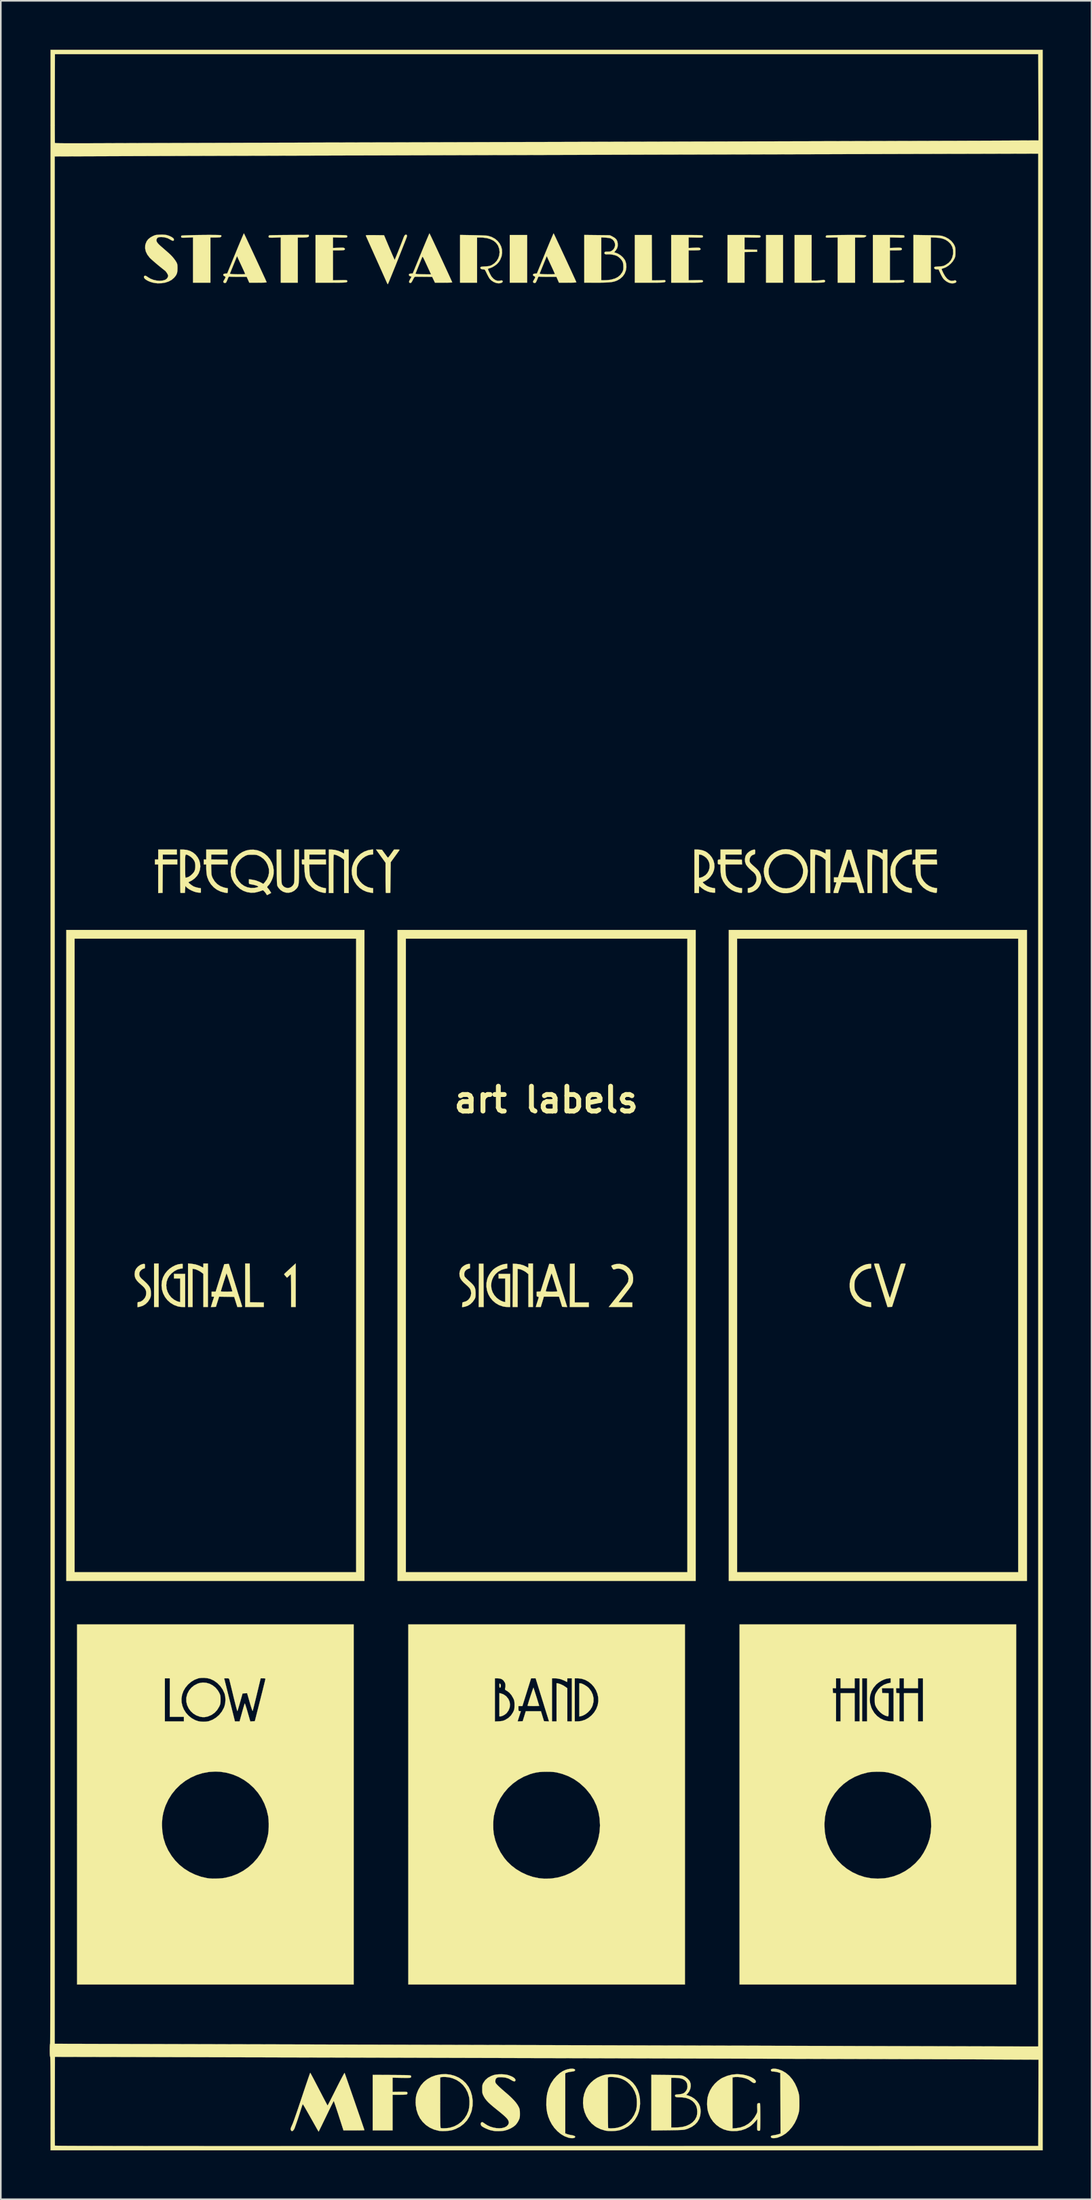
<source format=kicad_pcb>
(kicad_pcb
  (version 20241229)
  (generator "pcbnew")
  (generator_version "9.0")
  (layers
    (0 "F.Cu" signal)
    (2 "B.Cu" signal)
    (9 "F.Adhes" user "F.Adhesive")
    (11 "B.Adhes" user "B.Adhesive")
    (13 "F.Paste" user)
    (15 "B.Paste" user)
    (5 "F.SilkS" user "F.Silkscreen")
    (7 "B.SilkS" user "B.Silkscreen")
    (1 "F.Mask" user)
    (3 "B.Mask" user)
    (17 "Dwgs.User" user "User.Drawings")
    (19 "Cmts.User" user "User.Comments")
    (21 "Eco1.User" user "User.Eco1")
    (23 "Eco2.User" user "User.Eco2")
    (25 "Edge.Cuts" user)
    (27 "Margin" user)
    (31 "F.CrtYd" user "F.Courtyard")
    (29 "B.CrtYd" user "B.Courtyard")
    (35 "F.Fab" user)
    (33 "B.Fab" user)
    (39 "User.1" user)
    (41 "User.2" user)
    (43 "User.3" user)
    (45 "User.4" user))
  (footprint "art labels"
    (layer "F.Cu")
    (at 30.49 64.433)
    (property "Reference" "art labels" (at 0 0 0) (layer "F.SilkS") (effects (font (size 1.524 1.524) (thickness 0.3))))
    (attr through_hole)
    (fp_poly (pts (xy -23.798 12.713) (xy -24.078 12.713) (xy -24.078 10.043) (xy -23.798 10.043) (xy -23.798 12.713)) (stroke (width 0.01) (type solid)) (fill yes) (layer "F.SilkS"))
    (fp_poly (pts (xy -1.17 -50.139) (xy -2.237 -50.139) (xy -2.237 -53.063) (xy -1.17 -53.063) (xy -1.17 -50.139)) (stroke (width 0.01) (type solid)) (fill yes) (layer "F.SilkS"))
    (fp_poly (pts (xy 14.543 -50.139) (xy 13.501 -50.139) (xy 13.501 -53.063) (xy 14.543 -53.063) (xy 14.543 -50.139)) (stroke (width 0.01) (type solid)) (fill yes) (layer "F.SilkS"))
    (fp_poly (pts (xy -3.845 11.384) (xy -3.839 12.713) (xy -4.145 12.713) (xy -4.138 11.384) (xy -4.132 10.056) (xy -3.852 10.056) (xy -3.845 11.384)) (stroke (width 0.01) (type solid)) (fill yes) (layer "F.SilkS"))
    (fp_poly (pts (xy 1.754 12.433) (xy 2.619 12.433) (xy 2.619 12.713) (xy 1.449 12.713) (xy 1.455 11.384) (xy 1.462 10.056) (xy 1.754 10.041) (xy 1.754 12.433)) (stroke (width 0.01) (type solid)) (fill yes) (layer "F.SilkS"))
    (fp_poly (pts (xy -18.198 11.232) (xy -18.192 12.42) (xy -17.766 12.427) (xy -17.34 12.434) (xy -17.34 12.713) (xy -18.484 12.713) (xy -18.484 10.043) (xy -18.205 10.043) (xy -18.198 11.232)) (stroke (width 0.01) (type solid)) (fill yes) (layer "F.SilkS"))
    (fp_poly (pts (xy -11.162 29.519) (xy -29.468 29.519) (xy -29.468 -9.89) (xy -28.96 -9.89) (xy -28.96 28.985) (xy -11.67 28.985) (xy -11.67 -9.89) (xy -28.96 -9.89) (xy -29.468 -9.89) (xy -29.468 -10.424) (xy -11.162 -10.424) (xy -11.162 29.519)) (stroke (width 0.01) (type solid)) (fill yes) (layer "F.SilkS"))
    (fp_poly (pts (xy 9.179 29.519) (xy -9.128 29.519) (xy -9.128 -9.89) (xy -8.619 -9.89) (xy -8.619 28.985) (xy 8.67 28.985) (xy 8.67 -9.89) (xy -8.619 -9.89) (xy -9.128 -9.89) (xy -9.128 -10.424) (xy 9.179 -10.424) (xy 9.179 29.519)) (stroke (width 0.01) (type solid)) (fill yes) (layer "F.SilkS"))
    (fp_poly (pts (xy 29.519 29.519) (xy 11.213 29.519) (xy 11.213 -9.89) (xy 11.721 -9.89) (xy 11.721 28.985) (xy 28.985 28.985) (xy 28.985 -9.89) (xy 11.721 -9.89) (xy 11.213 -9.89) (xy 11.213 -10.424) (xy 29.519 -10.424) (xy 29.519 29.519)) (stroke (width 0.01) (type solid)) (fill yes) (layer "F.SilkS"))
    (fp_poly (pts (xy -2.836 35.824) (xy -2.788 35.893) (xy -2.786 35.981) (xy -2.796 36.012) (xy -2.824 36.067) (xy -2.849 36.074) (xy -2.866 36.035) (xy -2.873 35.952) (xy -2.873 35.936) (xy -2.871 35.856) (xy -2.864 35.819) (xy -2.849 35.815) (xy -2.836 35.824)) (stroke (width 0.01) (type solid)) (fill yes) (layer "F.SilkS"))
    (fp_poly (pts (xy -22.679 -15.052) (xy -23.544 -15.052) (xy -23.544 -14.747) (xy -22.654 -14.747) (xy -22.654 -14.442) (xy -23.543 -14.442) (xy -23.557 -12.7) (xy -23.69 -12.692) (xy -23.824 -12.685) (xy -23.824 -14.442) (xy -24.027 -14.442) (xy -24.027 -14.747) (xy -23.824 -14.747) (xy -23.824 -15.357) (xy -22.679 -15.357) (xy -22.679 -15.052)) (stroke (width 0.01) (type solid)) (fill yes) (layer "F.SilkS"))
    (fp_poly (pts (xy -2.795 36.419) (xy -2.631 36.476) (xy -2.478 36.578) (xy -2.433 36.621) (xy -2.318 36.769) (xy -2.248 36.934) (xy -2.223 37.108) (xy -2.243 37.285) (xy -2.308 37.457) (xy -2.418 37.616) (xy -2.496 37.687) (xy -2.596 37.753) (xy -2.7 37.804) (xy -2.791 37.831) (xy -2.816 37.833) (xy -2.873 37.833) (xy -2.873 36.403) (xy -2.795 36.419)) (stroke (width 0.01) (type solid)) (fill yes) (layer "F.SilkS"))
    (fp_poly (pts (xy 2.172 35.815) (xy 2.274 35.858) (xy 2.387 35.919) (xy 2.497 35.992) (xy 2.592 36.069) (xy 2.629 36.107) (xy 2.769 36.297) (xy 2.862 36.502) (xy 2.907 36.716) (xy 2.904 36.935) (xy 2.851 37.155) (xy 2.802 37.271) (xy 2.702 37.429) (xy 2.569 37.573) (xy 2.414 37.694) (xy 2.25 37.782) (xy 2.117 37.823) (xy 2.034 37.839) (xy 2.034 35.799) (xy 2.094 35.799) (xy 2.172 35.815)) (stroke (width 0.01) (type solid)) (fill yes) (layer "F.SilkS"))
    (fp_poly (pts (xy -21.809 10.055) (xy -21.537 10.099) (xy -21.3 10.178) (xy -21.219 10.217) (xy -21.145 10.255) (xy -21.091 10.283) (xy -21.071 10.293) (xy -21.061 10.275) (xy -21.054 10.22) (xy -21.052 10.172) (xy -21.052 10.043) (xy -20.773 10.043) (xy -20.773 12.713) (xy -21.052 12.713) (xy -21.052 10.682) (xy -21.143 10.607) (xy -21.247 10.535) (xy -21.37 10.467) (xy -21.494 10.413) (xy -21.602 10.382) (xy -21.616 10.38) (xy -21.713 10.367) (xy -21.713 12.713) (xy -21.993 12.713) (xy -21.993 10.038) (xy -21.809 10.055)) (stroke (width 0.01) (type solid)) (fill yes) (layer "F.SilkS"))
    (fp_poly (pts (xy 6.49 -51.671) (xy 6.496 -50.279) (xy 6.75 -50.281) (xy 6.88 -50.283) (xy 7.011 -50.286) (xy 7.121 -50.291) (xy 7.156 -50.293) (xy 7.242 -50.298) (xy 7.289 -50.293) (xy 7.311 -50.276) (xy 7.318 -50.255) (xy 7.322 -50.226) (xy 7.317 -50.202) (xy 7.298 -50.183) (xy 7.262 -50.168) (xy 7.203 -50.157) (xy 7.118 -50.149) (xy 7.001 -50.144) (xy 6.848 -50.141) (xy 6.654 -50.139) (xy 6.416 -50.139) (xy 6.339 -50.139) (xy 5.441 -50.139) (xy 5.441 -53.063) (xy 6.483 -53.063) (xy 6.49 -51.671)) (stroke (width 0.01) (type solid)) (fill yes) (layer "F.SilkS"))
    (fp_poly (pts (xy 16.298 -50.266) (xy 16.517 -50.266) (xy 16.644 -50.27) (xy 16.776 -50.28) (xy 16.886 -50.294) (xy 16.897 -50.296) (xy 16.992 -50.31) (xy 17.052 -50.311) (xy 17.089 -50.298) (xy 17.097 -50.293) (xy 17.133 -50.251) (xy 17.123 -50.21) (xy 17.097 -50.179) (xy 17.081 -50.168) (xy 17.053 -50.16) (xy 17.009 -50.153) (xy 16.944 -50.148) (xy 16.851 -50.144) (xy 16.727 -50.141) (xy 16.567 -50.14) (xy 16.365 -50.139) (xy 16.156 -50.139) (xy 15.255 -50.139) (xy 15.255 -53.063) (xy 16.298 -53.063) (xy 16.298 -50.266)) (stroke (width 0.01) (type solid)) (fill yes) (layer "F.SilkS"))
    (fp_poly (pts (xy -0.814 12.713) (xy -1.093 12.713) (xy -1.093 10.701) (xy -1.174 10.628) (xy -1.273 10.552) (xy -1.395 10.481) (xy -1.521 10.422) (xy -1.632 10.387) (xy -1.648 10.384) (xy -1.754 10.367) (xy -1.754 12.713) (xy -2.06 12.713) (xy -2.053 11.384) (xy -2.047 10.056) (xy -1.869 10.063) (xy -1.623 10.092) (xy -1.4 10.154) (xy -1.253 10.222) (xy -1.18 10.262) (xy -1.126 10.289) (xy -1.106 10.297) (xy -1.099 10.274) (xy -1.094 10.216) (xy -1.093 10.17) (xy -1.093 10.043) (xy -0.814 10.043) (xy -0.814 12.713)) (stroke (width 0.01) (type solid)) (fill yes) (layer "F.SilkS"))
    (fp_poly (pts (xy -15.382 12.713) (xy -15.662 12.713) (xy -15.662 11.708) (xy -15.663 11.488) (xy -15.664 11.284) (xy -15.666 11.103) (xy -15.668 10.949) (xy -15.671 10.828) (xy -15.675 10.745) (xy -15.679 10.706) (xy -15.68 10.704) (xy -15.707 10.721) (xy -15.757 10.763) (xy -15.807 10.811) (xy -15.915 10.917) (xy -16.004 10.817) (xy -16.054 10.758) (xy -16.086 10.715) (xy -16.093 10.702) (xy -16.084 10.688) (xy -16.056 10.658) (xy -16.004 10.607) (xy -15.926 10.534) (xy -15.819 10.435) (xy -15.68 10.308) (xy -15.506 10.149) (xy -15.491 10.135) (xy -15.382 10.037) (xy -15.382 12.713)) (stroke (width 0.01) (type solid)) (fill yes) (layer "F.SilkS"))
    (fp_poly (pts (xy -14.573 -53.016) (xy -14.579 -52.976) (xy -14.613 -52.946) (xy -14.682 -52.926) (xy -14.789 -52.915) (xy -14.94 -52.91) (xy -14.977 -52.91) (xy -15.255 -52.91) (xy -15.255 -50.139) (xy -16.298 -50.139) (xy -16.298 -52.918) (xy -16.653 -52.904) (xy -16.804 -52.899) (xy -16.912 -52.899) (xy -16.982 -52.903) (xy -17.022 -52.913) (xy -17.034 -52.922) (xy -17.049 -52.974) (xy -17.028 -53.025) (xy -16.998 -53.046) (xy -16.966 -53.049) (xy -16.889 -53.052) (xy -16.772 -53.055) (xy -16.618 -53.057) (xy -16.435 -53.06) (xy -16.227 -53.062) (xy -15.999 -53.064) (xy -15.773 -53.065) (xy -14.581 -53.072) (xy -14.573 -53.016)) (stroke (width 0.01) (type solid)) (fill yes) (layer "F.SilkS"))
    (fp_poly (pts (xy -12.128 -12.687) (xy -12.408 -12.687) (xy -12.408 -14.725) (xy -12.488 -14.793) (xy -12.592 -14.869) (xy -12.712 -14.939) (xy -12.836 -14.998) (xy -12.949 -15.037) (xy -13.035 -15.052) (xy -13.043 -15.044) (xy -13.049 -15.019) (xy -13.055 -14.972) (xy -13.059 -14.899) (xy -13.063 -14.796) (xy -13.065 -14.661) (xy -13.067 -14.488) (xy -13.068 -14.273) (xy -13.069 -14.014) (xy -13.069 -13.87) (xy -13.069 -12.687) (xy -13.348 -12.687) (xy -13.348 -15.357) (xy -13.202 -15.357) (xy -12.982 -15.335) (xy -12.758 -15.276) (xy -12.568 -15.194) (xy -12.408 -15.109) (xy -12.408 -15.357) (xy -12.128 -15.357) (xy -12.128 -12.687)) (stroke (width 0.01) (type solid)) (fill yes) (layer "F.SilkS"))
    (fp_poly (pts (xy 12.378 -53.063) (xy 12.585 -53.062) (xy 12.751 -53.061) (xy 12.88 -53.058) (xy 12.977 -53.055) (xy 13.047 -53.05) (xy 13.095 -53.044) (xy 13.125 -53.037) (xy 13.142 -53.027) (xy 13.147 -53.023) (xy 13.166 -52.974) (xy 13.153 -52.94) (xy 13.139 -52.925) (xy 13.113 -52.914) (xy 13.069 -52.908) (xy 12.999 -52.904) (xy 12.896 -52.903) (xy 12.753 -52.905) (xy 12.653 -52.907) (xy 12.179 -52.916) (xy 12.179 -52.174) (xy 12.567 -52.167) (xy 12.954 -52.16) (xy 12.954 -52.033) (xy 12.179 -52.019) (xy 12.179 -50.139) (xy 11.136 -50.139) (xy 11.136 -53.063) (xy 12.125 -53.063) (xy 12.378 -53.063)) (stroke (width 0.01) (type solid)) (fill yes) (layer "F.SilkS"))
    (fp_poly (pts (xy 16.602 -15.333) (xy 16.844 -15.262) (xy 16.973 -15.203) (xy 17.162 -15.109) (xy 17.162 -15.357) (xy 17.442 -15.357) (xy 17.442 -12.687) (xy 17.162 -12.687) (xy 17.162 -14.712) (xy 17.092 -14.776) (xy 17.02 -14.837) (xy 16.946 -14.892) (xy 16.881 -14.928) (xy 16.792 -14.969) (xy 16.696 -15.007) (xy 16.608 -15.037) (xy 16.547 -15.051) (xy 16.538 -15.052) (xy 16.529 -15.046) (xy 16.522 -15.027) (xy 16.516 -14.99) (xy 16.511 -14.931) (xy 16.508 -14.847) (xy 16.505 -14.732) (xy 16.503 -14.583) (xy 16.502 -14.395) (xy 16.501 -14.166) (xy 16.501 -13.889) (xy 16.501 -12.687) (xy 16.221 -12.687) (xy 16.221 -15.357) (xy 16.357 -15.357) (xy 16.602 -15.333)) (stroke (width 0.01) (type solid)) (fill yes) (layer "F.SilkS"))
    (fp_poly (pts (xy 20.951 -12.687) (xy 20.671 -12.687) (xy 20.671 -14.711) (xy 20.588 -14.788) (xy 20.518 -14.848) (xy 20.447 -14.901) (xy 20.433 -14.91) (xy 20.369 -14.942) (xy 20.282 -14.979) (xy 20.188 -15.014) (xy 20.104 -15.04) (xy 20.048 -15.052) (xy 20.044 -15.052) (xy 20.036 -15.044) (xy 20.029 -15.019) (xy 20.023 -14.972) (xy 20.019 -14.899) (xy 20.016 -14.796) (xy 20.013 -14.661) (xy 20.011 -14.488) (xy 20.01 -14.273) (xy 20.01 -14.014) (xy 20.01 -13.87) (xy 20.01 -12.687) (xy 19.73 -12.687) (xy 19.73 -15.357) (xy 19.876 -15.357) (xy 20.096 -15.335) (xy 20.321 -15.276) (xy 20.51 -15.194) (xy 20.671 -15.109) (xy 20.671 -15.357) (xy 20.951 -15.357) (xy 20.951 -12.687)) (stroke (width 0.01) (type solid)) (fill yes) (layer "F.SilkS"))
    (fp_poly (pts (xy -0.771 36.098) (xy -0.748 36.167) (xy -0.715 36.268) (xy -0.676 36.391) (xy -0.632 36.528) (xy -0.587 36.672) (xy -0.544 36.812) (xy -0.504 36.942) (xy -0.47 37.051) (xy -0.446 37.133) (xy -0.433 37.178) (xy -0.432 37.183) (xy -0.456 37.188) (xy -0.522 37.193) (xy -0.62 37.196) (xy -0.742 37.197) (xy -0.788 37.197) (xy -0.916 37.196) (xy -1.023 37.193) (xy -1.101 37.187) (xy -1.141 37.181) (xy -1.144 37.178) (xy -1.136 37.142) (xy -1.115 37.069) (xy -1.084 36.966) (xy -1.046 36.843) (xy -1.002 36.707) (xy -0.957 36.566) (xy -0.911 36.429) (xy -0.869 36.303) (xy -0.832 36.196) (xy -0.804 36.118) (xy -0.786 36.075) (xy -0.782 36.069) (xy -0.771 36.098)) (stroke (width 0.01) (type solid)) (fill yes) (layer "F.SilkS"))
    (fp_poly (pts (xy -20.424 -53.067) (xy -20.262 -53.065) (xy -20.129 -53.062) (xy -20.031 -53.058) (xy -19.975 -53.052) (xy -19.964 -53.048) (xy -19.943 -53.005) (xy -19.962 -52.959) (xy -20.014 -52.927) (xy -20.018 -52.926) (xy -20.066 -52.92) (xy -20.151 -52.915) (xy -20.26 -52.911) (xy -20.347 -52.911) (xy -20.62 -52.91) (xy -20.62 -50.139) (xy -21.688 -50.139) (xy -21.688 -52.918) (xy -22.043 -52.904) (xy -22.184 -52.899) (xy -22.282 -52.897) (xy -22.346 -52.899) (xy -22.383 -52.905) (xy -22.403 -52.918) (xy -22.413 -52.937) (xy -22.414 -52.941) (xy -22.415 -52.995) (xy -22.401 -53.021) (xy -22.369 -53.028) (xy -22.293 -53.035) (xy -22.178 -53.041) (xy -22.031 -53.047) (xy -21.857 -53.052) (xy -21.663 -53.057) (xy -21.456 -53.061) (xy -21.24 -53.064) (xy -21.023 -53.066) (xy -20.811 -53.068) (xy -20.609 -53.068) (xy -20.424 -53.067)) (stroke (width 0.01) (type solid)) (fill yes) (layer "F.SilkS"))
    (fp_poly (pts (xy 19.165 -53.066) (xy 19.326 -53.064) (xy 19.45 -53.06) (xy 19.541 -53.054) (xy 19.603 -53.045) (xy 19.639 -53.034) (xy 19.654 -53.02) (xy 19.65 -53.002) (xy 19.632 -52.981) (xy 19.607 -52.959) (xy 19.573 -52.938) (xy 19.529 -52.923) (xy 19.465 -52.915) (xy 19.369 -52.911) (xy 19.257 -52.91) (xy 18.967 -52.91) (xy 18.967 -50.139) (xy 17.899 -50.139) (xy 17.899 -52.917) (xy 17.537 -52.907) (xy 17.395 -52.904) (xy 17.296 -52.903) (xy 17.231 -52.905) (xy 17.194 -52.912) (xy 17.176 -52.924) (xy 17.169 -52.943) (xy 17.167 -52.953) (xy 17.181 -53.011) (xy 17.207 -53.034) (xy 17.244 -53.04) (xy 17.328 -53.046) (xy 17.458 -53.051) (xy 17.629 -53.056) (xy 17.839 -53.059) (xy 18.085 -53.062) (xy 18.363 -53.065) (xy 18.43 -53.065) (xy 18.721 -53.066) (xy 18.965 -53.066) (xy 19.165 -53.066)) (stroke (width 0.01) (type solid)) (fill yes) (layer "F.SilkS"))
    (fp_poly (pts (xy -20.875 35.77) (xy -20.671 35.829) (xy -20.48 35.928) (xy -20.309 36.064) (xy -20.166 36.233) (xy -20.081 36.377) (xy -20.042 36.461) (xy -20.017 36.53) (xy -20.004 36.601) (xy -19.998 36.69) (xy -19.997 36.803) (xy -19.998 36.925) (xy -20.005 37.014) (xy -20.019 37.085) (xy -20.045 37.157) (xy -20.078 37.229) (xy -20.203 37.436) (xy -20.362 37.608) (xy -20.552 37.741) (xy -20.768 37.833) (xy -20.812 37.845) (xy -20.964 37.875) (xy -21.101 37.877) (xy -21.251 37.852) (xy -21.268 37.848) (xy -21.482 37.771) (xy -21.671 37.656) (xy -21.831 37.508) (xy -21.958 37.334) (xy -22.048 37.14) (xy -22.097 36.931) (xy -22.1 36.715) (xy -22.092 36.657) (xy -22.034 36.441) (xy -21.931 36.244) (xy -21.79 36.072) (xy -21.616 35.93) (xy -21.414 35.825) (xy -21.295 35.786) (xy -21.085 35.754) (xy -20.875 35.77)) (stroke (width 0.01) (type solid)) (fill yes) (layer "F.SilkS"))
    (fp_poly (pts (xy -10.268 -15.352) (xy -10.085 -15.344) (xy -9.909 -15.103) (xy -9.839 -15.008) (xy -9.78 -14.929) (xy -9.736 -14.876) (xy -9.717 -14.856) (xy -9.697 -14.874) (xy -9.654 -14.925) (xy -9.594 -15.003) (xy -9.525 -15.099) (xy -9.522 -15.103) (xy -9.344 -15.356) (xy -9.172 -15.356) (xy -9.086 -15.355) (xy -9.025 -15.35) (xy -9.001 -15.344) (xy -9.001 -15.344) (xy -9.015 -15.32) (xy -9.055 -15.262) (xy -9.115 -15.176) (xy -9.191 -15.07) (xy -9.274 -14.956) (xy -9.547 -14.581) (xy -9.56 -13.641) (xy -9.573 -12.7) (xy -9.701 -12.693) (xy -9.778 -12.692) (xy -9.833 -12.697) (xy -9.847 -12.703) (xy -9.851 -12.732) (xy -9.855 -12.806) (xy -9.858 -12.919) (xy -9.861 -13.065) (xy -9.863 -13.239) (xy -9.865 -13.434) (xy -9.865 -13.635) (xy -9.865 -14.548) (xy -10.158 -14.954) (xy -10.452 -15.359) (xy -10.268 -15.352)) (stroke (width 0.01) (type solid)) (fill yes) (layer "F.SilkS"))
    (fp_poly (pts (xy -9.493 59.832) (xy -9.219 59.834) (xy -8.991 59.836) (xy -8.805 59.838) (xy -8.657 59.84) (xy -8.542 59.843) (xy -8.456 59.847) (xy -8.394 59.852) (xy -8.353 59.858) (xy -8.326 59.866) (xy -8.311 59.875) (xy -8.304 59.883) (xy -8.29 59.938) (xy -8.304 59.972) (xy -8.317 59.987) (xy -8.34 59.998) (xy -8.378 60.005) (xy -8.439 60.009) (xy -8.529 60.011) (xy -8.654 60.011) (xy -8.822 60.009) (xy -8.883 60.008) (xy -9.433 59.998) (xy -9.433 60.872) (xy -9.005 60.866) (xy -8.861 60.865) (xy -8.734 60.866) (xy -8.633 60.87) (xy -8.568 60.874) (xy -8.547 60.879) (xy -8.521 60.921) (xy -8.525 60.978) (xy -8.548 61.016) (xy -8.582 61.029) (xy -8.656 61.038) (xy -8.773 61.044) (xy -8.936 61.046) (xy -9.006 61.046) (xy -9.433 61.046) (xy -9.433 63.233) (xy -10.653 63.233) (xy -10.653 59.826) (xy -9.493 59.832)) (stroke (width 0.01) (type solid)) (fill yes) (layer "F.SilkS"))
    (fp_poly (pts (xy -22.324 10.343) (xy -22.453 10.361) (xy -22.642 10.411) (xy -22.826 10.505) (xy -22.994 10.635) (xy -23.136 10.793) (xy -23.241 10.968) (xy -23.309 11.17) (xy -23.332 11.378) (xy -23.311 11.584) (xy -23.25 11.781) (xy -23.152 11.964) (xy -23.021 12.125) (xy -22.86 12.258) (xy -22.672 12.356) (xy -22.546 12.396) (xy -22.476 12.413) (xy -22.476 10.958) (xy -22.857 10.958) (xy -22.857 10.679) (xy -22.171 10.679) (xy -22.171 12.713) (xy -22.33 12.711) (xy -22.443 12.704) (xy -22.561 12.687) (xy -22.622 12.674) (xy -22.861 12.584) (xy -23.076 12.454) (xy -23.26 12.289) (xy -23.411 12.093) (xy -23.524 11.874) (xy -23.595 11.635) (xy -23.62 11.382) (xy -23.62 11.378) (xy -23.598 11.126) (xy -23.529 10.893) (xy -23.413 10.677) (xy -23.277 10.504) (xy -23.127 10.364) (xy -22.956 10.245) (xy -22.774 10.152) (xy -22.594 10.091) (xy -22.428 10.068) (xy -22.423 10.068) (xy -22.324 10.068) (xy -22.324 10.343)) (stroke (width 0.01) (type solid)) (fill yes) (layer "F.SilkS"))
    (fp_poly (pts (xy -19.578 -15.052) (xy -20.569 -15.052) (xy -20.569 -14.748) (xy -20.067 -14.741) (xy -19.565 -14.734) (xy -19.557 -14.588) (xy -19.55 -14.442) (xy -20.574 -14.442) (xy -20.565 -14.105) (xy -20.561 -13.965) (xy -20.555 -13.863) (xy -20.545 -13.786) (xy -20.528 -13.722) (xy -20.503 -13.658) (xy -20.475 -13.596) (xy -20.355 -13.4) (xy -20.2 -13.238) (xy -20.014 -13.114) (xy -19.802 -13.031) (xy -19.722 -13.013) (xy -19.552 -12.981) (xy -19.552 -12.834) (xy -19.556 -12.742) (xy -19.57 -12.697) (xy -19.584 -12.69) (xy -19.626 -12.696) (xy -19.698 -12.707) (xy -19.748 -12.715) (xy -19.992 -12.781) (xy -20.216 -12.89) (xy -20.414 -13.038) (xy -20.583 -13.22) (xy -20.717 -13.432) (xy -20.811 -13.667) (xy -20.836 -13.768) (xy -20.853 -13.877) (xy -20.866 -14.014) (xy -20.873 -14.152) (xy -20.874 -14.194) (xy -20.874 -14.442) (xy -21.027 -14.442) (xy -21.027 -14.747) (xy -20.874 -14.747) (xy -20.874 -15.357) (xy -19.578 -15.357) (xy -19.578 -15.052)) (stroke (width 0.01) (type solid)) (fill yes) (layer "F.SilkS"))
    (fp_poly (pts (xy -2.39 10.338) (xy -2.537 10.368) (xy -2.754 10.436) (xy -2.942 10.541) (xy -3.098 10.676) (xy -3.222 10.835) (xy -3.311 11.014) (xy -3.365 11.206) (xy -3.381 11.404) (xy -3.357 11.604) (xy -3.293 11.8) (xy -3.186 11.985) (xy -3.039 12.15) (xy -2.917 12.245) (xy -2.779 12.326) (xy -2.644 12.382) (xy -2.6 12.394) (xy -2.517 12.412) (xy -2.517 10.958) (xy -2.924 10.958) (xy -2.924 10.679) (xy -2.212 10.679) (xy -2.212 12.713) (xy -2.371 12.711) (xy -2.483 12.704) (xy -2.598 12.689) (xy -2.657 12.677) (xy -2.895 12.594) (xy -3.107 12.471) (xy -3.289 12.314) (xy -3.44 12.13) (xy -3.556 11.922) (xy -3.634 11.698) (xy -3.671 11.461) (xy -3.665 11.219) (xy -3.612 10.977) (xy -3.589 10.912) (xy -3.512 10.751) (xy -3.406 10.59) (xy -3.286 10.448) (xy -3.233 10.398) (xy -3.1 10.3) (xy -2.945 10.211) (xy -2.782 10.139) (xy -2.629 10.091) (xy -2.549 10.077) (xy -2.39 10.061) (xy -2.39 10.338)) (stroke (width 0.01) (type solid)) (fill yes) (layer "F.SilkS"))
    (fp_poly (pts (xy -13.552 -15.052) (xy -14.543 -15.052) (xy -14.543 -14.747) (xy -13.526 -14.747) (xy -13.526 -14.442) (xy -14.549 -14.442) (xy -14.539 -14.105) (xy -14.534 -13.964) (xy -14.528 -13.862) (xy -14.517 -13.784) (xy -14.5 -13.719) (xy -14.475 -13.654) (xy -14.448 -13.596) (xy -14.33 -13.402) (xy -14.175 -13.24) (xy -13.99 -13.116) (xy -13.78 -13.032) (xy -13.696 -13.013) (xy -13.526 -12.981) (xy -13.526 -12.834) (xy -13.531 -12.742) (xy -13.544 -12.697) (xy -13.558 -12.69) (xy -13.6 -12.696) (xy -13.673 -12.707) (xy -13.721 -12.715) (xy -13.959 -12.78) (xy -14.182 -12.889) (xy -14.382 -13.036) (xy -14.553 -13.216) (xy -14.689 -13.423) (xy -14.783 -13.651) (xy -14.784 -13.653) (xy -14.802 -13.737) (xy -14.819 -13.855) (xy -14.833 -13.993) (xy -14.841 -14.117) (xy -14.856 -14.442) (xy -14.929 -14.442) (xy -14.969 -14.444) (xy -14.99 -14.459) (xy -14.999 -14.498) (xy -15.001 -14.574) (xy -15.001 -14.594) (xy -15.001 -14.747) (xy -14.848 -14.747) (xy -14.848 -15.357) (xy -13.552 -15.357) (xy -13.552 -15.052)) (stroke (width 0.01) (type solid)) (fill yes) (layer "F.SilkS"))
    (fp_poly (pts (xy 1.665 59.453) (xy 1.737 59.475) (xy 1.773 59.511) (xy 1.767 59.559) (xy 1.764 59.564) (xy 1.73 59.593) (xy 1.664 59.613) (xy 1.563 59.627) (xy 1.453 59.643) (xy 1.346 59.666) (xy 1.279 59.687) (xy 1.17 59.729) (xy 1.17 63.414) (xy 1.262 63.452) (xy 1.34 63.478) (xy 1.442 63.503) (xy 1.51 63.516) (xy 1.641 63.541) (xy 1.725 63.568) (xy 1.77 63.598) (xy 1.78 63.626) (xy 1.757 63.673) (xy 1.694 63.702) (xy 1.598 63.713) (xy 1.477 63.703) (xy 1.354 63.677) (xy 1.125 63.59) (xy 0.903 63.459) (xy 0.694 63.288) (xy 0.505 63.084) (xy 0.342 62.853) (xy 0.226 62.634) (xy 0.128 62.388) (xy 0.061 62.149) (xy 0.022 61.895) (xy 0.007 61.682) (xy 0.014 61.31) (xy 0.062 60.966) (xy 0.154 60.649) (xy 0.288 60.358) (xy 0.466 60.091) (xy 0.646 59.889) (xy 0.831 59.723) (xy 1.014 59.601) (xy 1.205 59.516) (xy 1.31 59.484) (xy 1.445 59.456) (xy 1.566 59.447) (xy 1.665 59.453)) (stroke (width 0.01) (type solid)) (fill yes) (layer "F.SilkS"))
    (fp_poly (pts (xy -10.628 -15.058) (xy -10.766 -15.047) (xy -10.939 -15.009) (xy -11.113 -14.928) (xy -11.276 -14.813) (xy -11.42 -14.67) (xy -11.534 -14.506) (xy -11.564 -14.448) (xy -11.595 -14.377) (xy -11.615 -14.312) (xy -11.626 -14.239) (xy -11.631 -14.144) (xy -11.632 -14.022) (xy -11.631 -13.894) (xy -11.626 -13.803) (xy -11.615 -13.733) (xy -11.595 -13.671) (xy -11.563 -13.602) (xy -11.56 -13.595) (xy -11.449 -13.419) (xy -11.303 -13.264) (xy -11.133 -13.139) (xy -10.948 -13.049) (xy -10.764 -13.004) (xy -10.628 -12.987) (xy -10.628 -12.837) (xy -10.629 -12.758) (xy -10.631 -12.705) (xy -10.634 -12.691) (xy -10.661 -12.695) (xy -10.723 -12.704) (xy -10.793 -12.714) (xy -11.035 -12.77) (xy -11.26 -12.871) (xy -11.461 -13.011) (xy -11.634 -13.185) (xy -11.773 -13.388) (xy -11.875 -13.614) (xy -11.929 -13.838) (xy -11.942 -14.083) (xy -11.908 -14.321) (xy -11.831 -14.547) (xy -11.716 -14.756) (xy -11.567 -14.942) (xy -11.387 -15.1) (xy -11.181 -15.225) (xy -10.953 -15.311) (xy -10.763 -15.348) (xy -10.628 -15.364) (xy -10.628 -15.058)) (stroke (width 0.01) (type solid)) (fill yes) (layer "F.SilkS"))
    (fp_poly (pts (xy 22.451 -15.058) (xy 22.313 -15.047) (xy 22.139 -15.009) (xy 21.966 -14.928) (xy 21.802 -14.813) (xy 21.659 -14.67) (xy 21.545 -14.506) (xy 21.515 -14.448) (xy 21.484 -14.377) (xy 21.464 -14.312) (xy 21.452 -14.239) (xy 21.447 -14.144) (xy 21.446 -14.022) (xy 21.447 -13.894) (xy 21.452 -13.803) (xy 21.464 -13.733) (xy 21.484 -13.671) (xy 21.515 -13.602) (xy 21.519 -13.595) (xy 21.63 -13.419) (xy 21.775 -13.264) (xy 21.946 -13.139) (xy 22.131 -13.049) (xy 22.314 -13.004) (xy 22.451 -12.987) (xy 22.451 -12.837) (xy 22.45 -12.758) (xy 22.447 -12.705) (xy 22.444 -12.691) (xy 22.418 -12.695) (xy 22.355 -12.704) (xy 22.285 -12.714) (xy 22.043 -12.77) (xy 21.819 -12.871) (xy 21.618 -13.011) (xy 21.445 -13.185) (xy 21.305 -13.388) (xy 21.204 -13.614) (xy 21.149 -13.838) (xy 21.137 -14.083) (xy 21.171 -14.321) (xy 21.247 -14.547) (xy 21.362 -14.756) (xy 21.512 -14.942) (xy 21.691 -15.1) (xy 21.898 -15.225) (xy 22.126 -15.311) (xy 22.316 -15.348) (xy 22.451 -15.364) (xy 22.451 -15.058)) (stroke (width 0.01) (type solid)) (fill yes) (layer "F.SilkS"))
    (fp_poly (pts (xy 23.963 -15.065) (xy 23.474 -15.058) (xy 22.985 -15.051) (xy 22.985 -14.748) (xy 23.487 -14.741) (xy 23.989 -14.734) (xy 23.997 -14.588) (xy 24.004 -14.442) (xy 22.98 -14.442) (xy 22.989 -14.092) (xy 22.993 -13.948) (xy 22.999 -13.844) (xy 23.008 -13.766) (xy 23.023 -13.705) (xy 23.045 -13.647) (xy 23.068 -13.598) (xy 23.184 -13.414) (xy 23.332 -13.256) (xy 23.506 -13.13) (xy 23.695 -13.043) (xy 23.863 -13.004) (xy 24.004 -12.986) (xy 23.996 -12.845) (xy 23.988 -12.767) (xy 23.975 -12.714) (xy 23.963 -12.699) (xy 23.925 -12.7) (xy 23.856 -12.707) (xy 23.811 -12.713) (xy 23.579 -12.773) (xy 23.358 -12.878) (xy 23.156 -13.022) (xy 22.983 -13.198) (xy 22.845 -13.401) (xy 22.83 -13.431) (xy 22.755 -13.609) (xy 22.707 -13.803) (xy 22.683 -14.024) (xy 22.68 -14.168) (xy 22.679 -14.442) (xy 22.499 -14.442) (xy 22.507 -14.588) (xy 22.512 -14.67) (xy 22.523 -14.715) (xy 22.547 -14.734) (xy 22.591 -14.741) (xy 22.597 -14.742) (xy 22.679 -14.75) (xy 22.679 -15.357) (xy 23.979 -15.357) (xy 23.963 -15.065)) (stroke (width 0.01) (type solid)) (fill yes) (layer "F.SilkS"))
    (fp_poly (pts (xy 12.001 -15.052) (xy 11.009 -15.052) (xy 11.009 -14.748) (xy 11.511 -14.741) (xy 12.014 -14.734) (xy 12.021 -14.588) (xy 12.029 -14.442) (xy 11.009 -14.442) (xy 11.009 -14.141) (xy 11.016 -13.941) (xy 11.037 -13.779) (xy 11.077 -13.64) (xy 11.139 -13.513) (xy 11.186 -13.439) (xy 11.317 -13.289) (xy 11.48 -13.161) (xy 11.663 -13.065) (xy 11.853 -13.009) (xy 11.891 -13.003) (xy 12.026 -12.987) (xy 12.026 -12.837) (xy 12.022 -12.744) (xy 12.009 -12.698) (xy 11.994 -12.69) (xy 11.952 -12.696) (xy 11.88 -12.706) (xy 11.836 -12.713) (xy 11.6 -12.774) (xy 11.379 -12.879) (xy 11.18 -13.023) (xy 11.009 -13.199) (xy 10.872 -13.402) (xy 10.774 -13.626) (xy 10.741 -13.748) (xy 10.725 -13.853) (xy 10.712 -13.986) (xy 10.705 -14.124) (xy 10.705 -14.179) (xy 10.704 -14.438) (xy 10.621 -14.446) (xy 10.574 -14.453) (xy 10.55 -14.47) (xy 10.54 -14.512) (xy 10.539 -14.59) (xy 10.539 -14.594) (xy 10.54 -14.674) (xy 10.549 -14.717) (xy 10.573 -14.735) (xy 10.619 -14.742) (xy 10.621 -14.742) (xy 10.704 -14.75) (xy 10.704 -15.357) (xy 12.001 -15.357) (xy 12.001 -15.052)) (stroke (width 0.01) (type solid)) (fill yes) (layer "F.SilkS"))
    (fp_poly (pts (xy 19.959 10.208) (xy 19.958 10.288) (xy 19.949 10.33) (xy 19.927 10.346) (xy 19.885 10.348) (xy 19.779 10.362) (xy 19.65 10.399) (xy 19.518 10.452) (xy 19.399 10.515) (xy 19.352 10.547) (xy 19.18 10.704) (xy 19.046 10.889) (xy 18.996 10.984) (xy 18.964 11.058) (xy 18.945 11.127) (xy 18.934 11.207) (xy 18.93 11.315) (xy 18.93 11.378) (xy 18.931 11.5) (xy 18.937 11.588) (xy 18.951 11.659) (xy 18.977 11.731) (xy 19.011 11.804) (xy 19.125 11.993) (xy 19.272 12.153) (xy 19.444 12.279) (xy 19.634 12.365) (xy 19.794 12.401) (xy 19.946 12.42) (xy 19.961 12.713) (xy 19.878 12.711) (xy 19.806 12.703) (xy 19.71 12.687) (xy 19.645 12.672) (xy 19.451 12.606) (xy 19.257 12.503) (xy 19.081 12.375) (xy 19.062 12.358) (xy 18.892 12.174) (xy 18.765 11.967) (xy 18.68 11.744) (xy 18.637 11.51) (xy 18.636 11.273) (xy 18.678 11.038) (xy 18.762 10.813) (xy 18.889 10.602) (xy 19.019 10.451) (xy 19.169 10.324) (xy 19.341 10.217) (xy 19.521 10.134) (xy 19.698 10.083) (xy 19.833 10.068) (xy 19.959 10.068) (xy 19.959 10.208)) (stroke (width 0.01) (type solid)) (fill yes) (layer "F.SilkS"))
    (fp_poly (pts (xy 4.717 10.106) (xy 4.904 10.193) (xy 5.071 10.325) (xy 5.107 10.362) (xy 5.231 10.528) (xy 5.307 10.707) (xy 5.338 10.905) (xy 5.339 10.955) (xy 5.337 11.051) (xy 5.329 11.135) (xy 5.312 11.213) (xy 5.282 11.293) (xy 5.235 11.381) (xy 5.17 11.483) (xy 5.081 11.606) (xy 4.965 11.756) (xy 4.854 11.899) (xy 4.443 12.42) (xy 5.288 12.434) (xy 5.288 12.713) (xy 3.839 12.713) (xy 4.188 12.274) (xy 4.371 12.044) (xy 4.525 11.849) (xy 4.652 11.687) (xy 4.756 11.555) (xy 4.838 11.447) (xy 4.902 11.362) (xy 4.95 11.295) (xy 4.984 11.242) (xy 5.008 11.201) (xy 5.023 11.168) (xy 5.034 11.138) (xy 5.036 11.129) (xy 5.056 10.965) (xy 5.03 10.805) (xy 4.963 10.658) (xy 4.861 10.531) (xy 4.727 10.433) (xy 4.569 10.372) (xy 4.562 10.371) (xy 4.435 10.354) (xy 4.311 10.366) (xy 4.171 10.41) (xy 4.167 10.411) (xy 4.132 10.407) (xy 4.092 10.365) (xy 4.056 10.309) (xy 4.02 10.243) (xy 3.998 10.197) (xy 3.996 10.184) (xy 4.057 10.148) (xy 4.149 10.112) (xy 4.253 10.083) (xy 4.307 10.073) (xy 4.516 10.065) (xy 4.717 10.106)) (stroke (width 0.01) (type solid)) (fill yes) (layer "F.SilkS"))
    (fp_poly (pts (xy 14.125 59.457) (xy 14.246 59.483) (xy 14.49 59.572) (xy 14.718 59.707) (xy 14.926 59.884) (xy 15.112 60.1) (xy 15.271 60.351) (xy 15.402 60.633) (xy 15.488 60.894) (xy 15.51 60.982) (xy 15.526 61.065) (xy 15.537 61.154) (xy 15.543 61.26) (xy 15.546 61.396) (xy 15.547 61.555) (xy 15.547 61.727) (xy 15.543 61.859) (xy 15.537 61.964) (xy 15.526 62.051) (xy 15.51 62.134) (xy 15.489 62.216) (xy 15.389 62.511) (xy 15.256 62.785) (xy 15.093 63.032) (xy 14.906 63.249) (xy 14.699 63.43) (xy 14.474 63.571) (xy 14.237 63.666) (xy 14.195 63.678) (xy 14.046 63.708) (xy 13.928 63.713) (xy 13.846 63.694) (xy 13.822 63.677) (xy 13.796 63.631) (xy 13.797 63.602) (xy 13.814 63.575) (xy 13.85 63.556) (xy 13.915 63.541) (xy 14.009 63.526) (xy 14.104 63.508) (xy 14.213 63.482) (xy 14.257 63.47) (xy 14.391 63.429) (xy 14.385 61.571) (xy 14.378 59.713) (xy 14.238 59.67) (xy 14.131 59.644) (xy 14.016 59.627) (xy 13.966 59.624) (xy 13.88 59.619) (xy 13.831 59.602) (xy 13.807 59.574) (xy 13.797 59.518) (xy 13.83 59.477) (xy 13.899 59.453) (xy 14 59.446) (xy 14.125 59.457)) (stroke (width 0.01) (type solid)) (fill yes) (layer "F.SilkS"))
    (fp_poly (pts (xy 22.007 10.046) (xy 22.057 10.054) (xy 22.069 10.062) (xy 22.062 10.089) (xy 22.04 10.16) (xy 22.006 10.271) (xy 21.961 10.417) (xy 21.906 10.593) (xy 21.842 10.795) (xy 21.772 11.018) (xy 21.696 11.259) (xy 21.655 11.391) (xy 21.24 12.7) (xy 21.1 12.707) (xy 20.96 12.715) (xy 20.549 11.41) (xy 20.471 11.163) (xy 20.398 10.929) (xy 20.331 10.714) (xy 20.271 10.523) (xy 20.221 10.36) (xy 20.181 10.229) (xy 20.153 10.135) (xy 20.139 10.082) (xy 20.137 10.073) (xy 20.154 10.054) (xy 20.208 10.047) (xy 20.282 10.048) (xy 20.427 10.056) (xy 20.757 11.118) (xy 20.826 11.339) (xy 20.891 11.543) (xy 20.951 11.727) (xy 21.003 11.884) (xy 21.046 12.011) (xy 21.079 12.101) (xy 21.099 12.152) (xy 21.105 12.16) (xy 21.116 12.132) (xy 21.141 12.061) (xy 21.177 11.952) (xy 21.223 11.809) (xy 21.277 11.639) (xy 21.337 11.446) (xy 21.403 11.236) (xy 21.434 11.136) (xy 21.501 10.919) (xy 21.565 10.715) (xy 21.623 10.531) (xy 21.674 10.372) (xy 21.715 10.242) (xy 21.746 10.149) (xy 21.764 10.096) (xy 21.768 10.088) (xy 21.796 10.06) (xy 21.852 10.046) (xy 21.93 10.043) (xy 22.007 10.046)) (stroke (width 0.01) (type solid)) (fill yes) (layer "F.SilkS"))
    (fp_poly (pts (xy 21.259 -53.063) (xy 21.459 -53.062) (xy 21.618 -53.061) (xy 21.741 -53.059) (xy 21.832 -53.056) (xy 21.897 -53.051) (xy 21.941 -53.045) (xy 21.968 -53.037) (xy 21.983 -53.028) (xy 21.99 -53.018) (xy 22 -52.957) (xy 21.992 -52.932) (xy 21.978 -52.918) (xy 21.95 -52.908) (xy 21.901 -52.902) (xy 21.825 -52.899) (xy 21.713 -52.9) (xy 21.558 -52.904) (xy 21.536 -52.905) (xy 21.103 -52.917) (xy 21.103 -52.267) (xy 21.445 -52.28) (xy 21.595 -52.285) (xy 21.703 -52.284) (xy 21.774 -52.276) (xy 21.816 -52.26) (xy 21.835 -52.234) (xy 21.84 -52.196) (xy 21.835 -52.168) (xy 21.814 -52.148) (xy 21.771 -52.135) (xy 21.698 -52.127) (xy 21.589 -52.123) (xy 21.436 -52.122) (xy 21.103 -52.122) (xy 21.103 -50.286) (xy 21.536 -50.295) (xy 21.699 -50.298) (xy 21.817 -50.298) (xy 21.899 -50.295) (xy 21.951 -50.289) (xy 21.981 -50.278) (xy 21.993 -50.267) (xy 21.997 -50.217) (xy 21.975 -50.184) (xy 21.961 -50.172) (xy 21.94 -50.163) (xy 21.906 -50.155) (xy 21.855 -50.149) (xy 21.782 -50.145) (xy 21.68 -50.142) (xy 21.547 -50.14) (xy 21.375 -50.139) (xy 21.161 -50.139) (xy 20.997 -50.139) (xy 20.061 -50.139) (xy 20.061 -53.063) (xy 21.013 -53.063) (xy 21.259 -53.063)) (stroke (width 0.01) (type solid)) (fill yes) (layer "F.SilkS"))
    (fp_poly (pts (xy -12.964 -53.063) (xy -12.762 -53.062) (xy -12.601 -53.06) (xy -12.477 -53.058) (xy -12.384 -53.054) (xy -12.317 -53.05) (xy -12.273 -53.043) (xy -12.245 -53.035) (xy -12.23 -53.025) (xy -12.228 -53.023) (xy -12.208 -52.974) (xy -12.221 -52.94) (xy -12.236 -52.924) (xy -12.263 -52.913) (xy -12.31 -52.907) (xy -12.384 -52.904) (xy -12.493 -52.904) (xy -12.643 -52.906) (xy -12.671 -52.907) (xy -13.094 -52.916) (xy -13.094 -52.267) (xy -12.762 -52.281) (xy -12.62 -52.286) (xy -12.521 -52.286) (xy -12.455 -52.281) (xy -12.415 -52.271) (xy -12.394 -52.257) (xy -12.36 -52.211) (xy -12.37 -52.172) (xy -12.387 -52.153) (xy -12.427 -52.138) (xy -12.514 -52.128) (xy -12.649 -52.123) (xy -12.756 -52.122) (xy -13.094 -52.122) (xy -13.094 -50.286) (xy -12.671 -50.295) (xy -12.514 -50.298) (xy -12.4 -50.299) (xy -12.322 -50.296) (xy -12.272 -50.291) (xy -12.242 -50.281) (xy -12.225 -50.266) (xy -12.22 -50.258) (xy -12.207 -50.216) (xy -12.235 -50.18) (xy -12.241 -50.176) (xy -12.262 -50.166) (xy -12.298 -50.158) (xy -12.354 -50.152) (xy -12.436 -50.147) (xy -12.547 -50.143) (xy -12.692 -50.141) (xy -12.877 -50.14) (xy -13.106 -50.139) (xy -13.226 -50.139) (xy -14.162 -50.139) (xy -14.162 -53.063) (xy -13.212 -53.063) (xy -12.964 -53.063)) (stroke (width 0.01) (type solid)) (fill yes) (layer "F.SilkS"))
    (fp_poly (pts (xy 8.877 -53.063) (xy 9.079 -53.062) (xy 9.239 -53.06) (xy 9.364 -53.058) (xy 9.457 -53.054) (xy 9.523 -53.05) (xy 9.568 -53.043) (xy 9.595 -53.035) (xy 9.61 -53.025) (xy 9.613 -53.023) (xy 9.632 -52.974) (xy 9.619 -52.94) (xy 9.604 -52.924) (xy 9.577 -52.913) (xy 9.53 -52.907) (xy 9.456 -52.904) (xy 9.348 -52.904) (xy 9.197 -52.906) (xy 9.169 -52.907) (xy 8.746 -52.916) (xy 8.746 -52.267) (xy 9.078 -52.281) (xy 9.22 -52.286) (xy 9.32 -52.286) (xy 9.385 -52.281) (xy 9.426 -52.271) (xy 9.447 -52.257) (xy 9.48 -52.211) (xy 9.471 -52.172) (xy 9.453 -52.153) (xy 9.413 -52.138) (xy 9.327 -52.128) (xy 9.192 -52.123) (xy 9.085 -52.122) (xy 8.746 -52.122) (xy 8.746 -50.286) (xy 9.169 -50.295) (xy 9.326 -50.298) (xy 9.44 -50.299) (xy 9.518 -50.296) (xy 9.568 -50.291) (xy 9.598 -50.281) (xy 9.616 -50.266) (xy 9.621 -50.258) (xy 9.634 -50.216) (xy 9.605 -50.18) (xy 9.6 -50.176) (xy 9.579 -50.166) (xy 9.543 -50.158) (xy 9.486 -50.152) (xy 9.405 -50.147) (xy 9.294 -50.143) (xy 9.148 -50.141) (xy 8.963 -50.14) (xy 8.735 -50.139) (xy 8.614 -50.139) (xy 7.678 -50.139) (xy 7.678 -53.063) (xy 8.629 -53.063) (xy 8.877 -53.063)) (stroke (width 0.01) (type solid)) (fill yes) (layer "F.SilkS"))
    (fp_poly (pts (xy 12.826 -15.338) (xy 12.836 -15.286) (xy 12.835 -15.212) (xy 12.829 -15.129) (xy 12.817 -15.084) (xy 12.792 -15.062) (xy 12.745 -15.05) (xy 12.743 -15.049) (xy 12.637 -15.004) (xy 12.555 -14.921) (xy 12.503 -14.813) (xy 12.488 -14.689) (xy 12.495 -14.635) (xy 12.508 -14.591) (xy 12.535 -14.545) (xy 12.584 -14.489) (xy 12.658 -14.417) (xy 12.766 -14.321) (xy 12.777 -14.312) (xy 12.918 -14.183) (xy 13.022 -14.071) (xy 13.097 -13.965) (xy 13.149 -13.855) (xy 13.185 -13.731) (xy 13.197 -13.67) (xy 13.208 -13.477) (xy 13.169 -13.288) (xy 13.082 -13.106) (xy 12.976 -12.967) (xy 12.885 -12.886) (xy 12.77 -12.812) (xy 12.648 -12.753) (xy 12.535 -12.719) (xy 12.48 -12.713) (xy 12.382 -12.713) (xy 12.382 -12.983) (xy 12.505 -13.014) (xy 12.648 -13.074) (xy 12.763 -13.167) (xy 12.847 -13.285) (xy 12.9 -13.419) (xy 12.918 -13.561) (xy 12.9 -13.703) (xy 12.845 -13.835) (xy 12.749 -13.949) (xy 12.718 -13.975) (xy 12.592 -14.078) (xy 12.472 -14.191) (xy 12.368 -14.303) (xy 12.291 -14.403) (xy 12.265 -14.447) (xy 12.216 -14.593) (xy 12.203 -14.755) (xy 12.227 -14.911) (xy 12.257 -14.993) (xy 12.341 -15.117) (xy 12.46 -15.225) (xy 12.596 -15.304) (xy 12.631 -15.317) (xy 12.732 -15.349) (xy 12.794 -15.357) (xy 12.826 -15.338)) (stroke (width 0.01) (type solid)) (fill yes) (layer "F.SilkS"))
    (fp_poly (pts (xy -4.678 10.202) (xy -4.679 10.335) (xy -4.799 10.374) (xy -4.912 10.434) (xy -4.991 10.525) (xy -5.032 10.64) (xy -5.031 10.767) (xy -5.011 10.838) (xy -4.984 10.876) (xy -4.926 10.939) (xy -4.844 11.019) (xy -4.748 11.106) (xy -4.728 11.123) (xy -4.588 11.25) (xy -4.485 11.358) (xy -4.414 11.459) (xy -4.369 11.563) (xy -4.344 11.68) (xy -4.336 11.82) (xy -4.335 11.874) (xy -4.337 11.997) (xy -4.345 12.084) (xy -4.361 12.151) (xy -4.388 12.213) (xy -4.394 12.226) (xy -4.51 12.395) (xy -4.655 12.535) (xy -4.822 12.637) (xy -5.003 12.697) (xy -5.042 12.703) (xy -5.164 12.72) (xy -5.156 12.57) (xy -5.151 12.487) (xy -5.14 12.441) (xy -5.116 12.419) (xy -5.071 12.408) (xy -5.06 12.406) (xy -4.911 12.358) (xy -4.787 12.271) (xy -4.692 12.156) (xy -4.631 12.02) (xy -4.607 11.871) (xy -4.625 11.719) (xy -4.67 11.607) (xy -4.708 11.553) (xy -4.776 11.479) (xy -4.862 11.395) (xy -4.932 11.333) (xy -5.076 11.202) (xy -5.181 11.087) (xy -5.254 10.98) (xy -5.3 10.871) (xy -5.319 10.8) (xy -5.328 10.641) (xy -5.293 10.48) (xy -5.218 10.333) (xy -5.188 10.293) (xy -5.105 10.216) (xy -4.997 10.146) (xy -4.884 10.094) (xy -4.781 10.069) (xy -4.762 10.068) (xy -4.678 10.068) (xy -4.678 10.202)) (stroke (width 0.01) (type solid)) (fill yes) (layer "F.SilkS"))
    (fp_poly (pts (xy -24.67 10.071) (xy -24.647 10.086) (xy -24.638 10.128) (xy -24.637 10.205) (xy -24.639 10.285) (xy -24.649 10.327) (xy -24.675 10.347) (xy -24.724 10.359) (xy -24.806 10.394) (xy -24.887 10.462) (xy -24.953 10.546) (xy -24.983 10.616) (xy -24.991 10.734) (xy -24.952 10.845) (xy -24.865 10.955) (xy -24.833 10.984) (xy -24.668 11.132) (xy -24.538 11.256) (xy -24.44 11.362) (xy -24.37 11.458) (xy -24.322 11.551) (xy -24.292 11.647) (xy -24.277 11.753) (xy -24.272 11.874) (xy -24.274 11.987) (xy -24.287 12.073) (xy -24.315 12.155) (xy -24.339 12.208) (xy -24.452 12.386) (xy -24.598 12.53) (xy -24.77 12.636) (xy -24.961 12.697) (xy -24.987 12.702) (xy -25.095 12.719) (xy -25.095 12.563) (xy -25.094 12.478) (xy -25.086 12.431) (xy -25.069 12.412) (xy -25.036 12.408) (xy -25.033 12.408) (xy -24.927 12.389) (xy -24.819 12.331) (xy -24.753 12.278) (xy -24.643 12.154) (xy -24.58 12.013) (xy -24.561 11.861) (xy -24.57 11.749) (xy -24.6 11.651) (xy -24.657 11.556) (xy -24.748 11.456) (xy -24.875 11.342) (xy -25.023 11.21) (xy -25.131 11.094) (xy -25.205 10.986) (xy -25.25 10.876) (xy -25.27 10.758) (xy -25.272 10.683) (xy -25.251 10.516) (xy -25.187 10.372) (xy -25.076 10.242) (xy -25.071 10.238) (xy -24.93 10.134) (xy -24.795 10.078) (xy -24.714 10.068) (xy -24.67 10.071)) (stroke (width 0.01) (type solid)) (fill yes) (layer "F.SilkS"))
    (fp_poly (pts (xy -16.267 -14.321) (xy -16.265 -14.061) (xy -16.263 -13.847) (xy -16.26 -13.674) (xy -16.257 -13.537) (xy -16.253 -13.431) (xy -16.248 -13.352) (xy -16.242 -13.294) (xy -16.234 -13.252) (xy -16.224 -13.222) (xy -16.215 -13.204) (xy -16.132 -13.098) (xy -16.025 -13.03) (xy -15.906 -13) (xy -15.783 -13.008) (xy -15.668 -13.055) (xy -15.57 -13.139) (xy -15.516 -13.22) (xy -15.502 -13.25) (xy -15.49 -13.28) (xy -15.48 -13.315) (xy -15.473 -13.36) (xy -15.468 -13.421) (xy -15.464 -13.503) (xy -15.461 -13.612) (xy -15.46 -13.751) (xy -15.459 -13.927) (xy -15.459 -14.145) (xy -15.459 -14.345) (xy -15.459 -15.357) (xy -15.179 -15.357) (xy -15.179 -14.319) (xy -15.179 -14.043) (xy -15.18 -13.814) (xy -15.182 -13.624) (xy -15.187 -13.471) (xy -15.194 -13.348) (xy -15.204 -13.251) (xy -15.218 -13.174) (xy -15.237 -13.113) (xy -15.26 -13.062) (xy -15.29 -13.016) (xy -15.325 -12.971) (xy -15.348 -12.943) (xy -15.484 -12.823) (xy -15.643 -12.742) (xy -15.818 -12.706) (xy -15.984 -12.715) (xy -16.159 -12.772) (xy -16.313 -12.874) (xy -16.442 -13.016) (xy -16.494 -13.101) (xy -16.505 -13.125) (xy -16.514 -13.156) (xy -16.522 -13.198) (xy -16.528 -13.258) (xy -16.533 -13.338) (xy -16.537 -13.445) (xy -16.54 -13.583) (xy -16.542 -13.756) (xy -16.544 -13.971) (xy -16.546 -14.23) (xy -16.547 -14.27) (xy -16.554 -15.357) (xy -16.274 -15.357) (xy -16.267 -14.321)) (stroke (width 0.01) (type solid)) (fill yes) (layer "F.SilkS"))
    (fp_poly (pts (xy 0.327 10.074) (xy 0.467 10.081) (xy 0.878 11.398) (xy 1.29 12.715) (xy 1.135 12.707) (xy 0.981 12.7) (xy 0.884 12.389) (xy 0.786 12.077) (xy -0.147 12.077) (xy -0.164 12.147) (xy -0.179 12.201) (xy -0.205 12.289) (xy -0.237 12.397) (xy -0.258 12.465) (xy -0.334 12.713) (xy -0.637 12.713) (xy -0.619 12.643) (xy -0.603 12.587) (xy -0.576 12.499) (xy -0.542 12.395) (xy -0.53 12.358) (xy -0.491 12.238) (xy -0.468 12.158) (xy -0.463 12.11) (xy -0.473 12.086) (xy -0.501 12.078) (xy -0.521 12.077) (xy -0.557 12.074) (xy -0.576 12.056) (xy -0.583 12.012) (xy -0.585 11.929) (xy -0.585 11.775) (xy -0.465 11.767) (xy -0.345 11.759) (xy -0.34 11.744) (xy -0.025 11.744) (xy -0.003 11.757) (xy 0.067 11.765) (xy 0.185 11.771) (xy 0.333 11.772) (xy 0.481 11.771) (xy 0.584 11.767) (xy 0.647 11.761) (xy 0.677 11.751) (xy 0.681 11.74) (xy 0.67 11.707) (xy 0.647 11.633) (xy 0.614 11.526) (xy 0.572 11.393) (xy 0.526 11.242) (xy 0.509 11.187) (xy 0.461 11.032) (xy 0.417 10.894) (xy 0.38 10.779) (xy 0.351 10.696) (xy 0.334 10.652) (xy 0.332 10.647) (xy 0.321 10.665) (xy 0.297 10.724) (xy 0.265 10.815) (xy 0.225 10.93) (xy 0.181 11.062) (xy 0.135 11.201) (xy 0.091 11.34) (xy 0.05 11.471) (xy 0.016 11.585) (xy -0.01 11.674) (xy -0.024 11.731) (xy -0.025 11.744) (xy -0.34 11.744) (xy -0.079 10.913) (xy 0.187 10.066) (xy 0.327 10.074)) (stroke (width 0.01) (type solid)) (fill yes) (layer "F.SilkS"))
    (fp_poly (pts (xy 14.952 -15.356) (xy 15.184 -15.286) (xy 15.406 -15.171) (xy 15.612 -15.01) (xy 15.669 -14.954) (xy 15.839 -14.745) (xy 15.962 -14.522) (xy 16.037 -14.288) (xy 16.066 -14.049) (xy 16.047 -13.81) (xy 15.981 -13.574) (xy 15.868 -13.347) (xy 15.71 -13.137) (xy 15.519 -12.958) (xy 15.304 -12.821) (xy 15.069 -12.728) (xy 14.822 -12.681) (xy 14.569 -12.681) (xy 14.505 -12.689) (xy 14.329 -12.734) (xy 14.142 -12.814) (xy 13.962 -12.921) (xy 13.803 -13.046) (xy 13.764 -13.083) (xy 13.595 -13.288) (xy 13.473 -13.509) (xy 13.396 -13.741) (xy 13.364 -13.98) (xy 13.366 -14.022) (xy 13.653 -14.022) (xy 13.673 -13.821) (xy 13.734 -13.632) (xy 13.829 -13.457) (xy 13.969 -13.284) (xy 14.138 -13.146) (xy 14.329 -13.047) (xy 14.534 -12.988) (xy 14.746 -12.971) (xy 14.957 -13) (xy 15.137 -13.063) (xy 15.324 -13.175) (xy 15.485 -13.321) (xy 15.615 -13.492) (xy 15.71 -13.681) (xy 15.765 -13.88) (xy 15.777 -14.082) (xy 15.765 -14.181) (xy 15.703 -14.394) (xy 15.602 -14.586) (xy 15.467 -14.753) (xy 15.306 -14.892) (xy 15.124 -14.997) (xy 14.927 -15.064) (xy 14.722 -15.089) (xy 14.556 -15.075) (xy 14.335 -15.011) (xy 14.137 -14.907) (xy 13.967 -14.767) (xy 13.829 -14.598) (xy 13.727 -14.405) (xy 13.668 -14.194) (xy 13.653 -14.022) (xy 13.366 -14.022) (xy 13.378 -14.219) (xy 13.437 -14.454) (xy 13.541 -14.679) (xy 13.69 -14.888) (xy 13.811 -15.014) (xy 14.019 -15.175) (xy 14.242 -15.29) (xy 14.476 -15.358) (xy 14.714 -15.38) (xy 14.952 -15.356)) (stroke (width 0.01) (type solid)) (fill yes) (layer "F.SilkS"))
    (fp_poly (pts (xy 9.448 -15.343) (xy 9.618 -15.303) (xy 9.771 -15.244) (xy 9.851 -15.198) (xy 10.034 -15.047) (xy 10.173 -14.874) (xy 10.27 -14.685) (xy 10.323 -14.486) (xy 10.333 -14.282) (xy 10.297 -14.079) (xy 10.217 -13.883) (xy 10.092 -13.699) (xy 9.989 -13.591) (xy 9.901 -13.518) (xy 9.808 -13.454) (xy 9.73 -13.412) (xy 9.727 -13.411) (xy 9.66 -13.382) (xy 9.618 -13.358) (xy 9.611 -13.35) (xy 9.63 -13.32) (xy 9.679 -13.271) (xy 9.747 -13.212) (xy 9.823 -13.155) (xy 9.836 -13.146) (xy 9.921 -13.099) (xy 10.033 -13.054) (xy 10.152 -13.018) (xy 10.257 -12.996) (xy 10.3 -12.992) (xy 10.342 -12.99) (xy 10.364 -12.974) (xy 10.372 -12.932) (xy 10.374 -12.853) (xy 10.374 -12.713) (xy 10.253 -12.713) (xy 10.082 -12.734) (xy 9.9 -12.79) (xy 9.721 -12.876) (xy 9.562 -12.985) (xy 9.523 -13.019) (xy 9.462 -13.073) (xy 9.416 -13.11) (xy 9.398 -13.12) (xy 9.391 -13.096) (xy 9.385 -13.033) (xy 9.382 -12.943) (xy 9.382 -12.903) (xy 9.382 -12.687) (xy 9.102 -12.687) (xy 9.102 -13.628) (xy 9.382 -13.628) (xy 9.439 -13.628) (xy 9.494 -13.639) (xy 9.573 -13.666) (xy 9.624 -13.688) (xy 9.778 -13.785) (xy 9.897 -13.912) (xy 9.981 -14.061) (xy 10.028 -14.224) (xy 10.037 -14.393) (xy 10.007 -14.56) (xy 9.935 -14.716) (xy 9.834 -14.842) (xy 9.735 -14.923) (xy 9.625 -14.99) (xy 9.519 -15.036) (xy 9.439 -15.051) (xy 9.382 -15.052) (xy 9.382 -13.628) (xy 9.102 -13.628) (xy 9.102 -15.357) (xy 9.281 -15.357) (xy 9.448 -15.343)) (stroke (width 0.01) (type solid)) (fill yes) (layer "F.SilkS"))
    (fp_poly (pts (xy -19.084 11.358) (xy -19.007 11.604) (xy -18.935 11.837) (xy -18.868 12.05) (xy -18.808 12.24) (xy -18.757 12.402) (xy -18.717 12.531) (xy -18.688 12.623) (xy -18.672 12.673) (xy -18.669 12.681) (xy -18.677 12.7) (xy -18.723 12.71) (xy -18.811 12.713) (xy -18.964 12.713) (xy -19.062 12.401) (xy -19.16 12.09) (xy -19.622 12.083) (xy -20.084 12.076) (xy -20.182 12.388) (xy -20.281 12.7) (xy -20.436 12.708) (xy -20.591 12.715) (xy -20.529 12.514) (xy -20.495 12.403) (xy -20.46 12.295) (xy -20.432 12.213) (xy -20.429 12.205) (xy -20.404 12.13) (xy -20.396 12.092) (xy -20.411 12.079) (xy -20.452 12.077) (xy -20.467 12.077) (xy -20.544 12.077) (xy -20.544 11.772) (xy -20.299 11.772) (xy -20.29 11.745) (xy -19.976 11.745) (xy -19.963 11.757) (xy -19.929 11.765) (xy -19.866 11.77) (xy -19.766 11.772) (xy -19.63 11.772) (xy -19.502 11.771) (xy -19.394 11.767) (xy -19.315 11.762) (xy -19.275 11.755) (xy -19.272 11.753) (xy -19.279 11.717) (xy -19.299 11.644) (xy -19.33 11.542) (xy -19.368 11.418) (xy -19.411 11.282) (xy -19.456 11.142) (xy -19.501 11.004) (xy -19.543 10.879) (xy -19.58 10.773) (xy -19.609 10.694) (xy -19.626 10.652) (xy -19.631 10.647) (xy -19.642 10.675) (xy -19.665 10.743) (xy -19.698 10.843) (xy -19.739 10.968) (xy -19.784 11.109) (xy -19.831 11.258) (xy -19.878 11.408) (xy -19.921 11.549) (xy -19.959 11.675) (xy -19.975 11.727) (xy -19.976 11.745) (xy -20.29 11.745) (xy -20.033 10.927) (xy -19.767 10.081) (xy -19.627 10.074) (xy -19.487 10.066) (xy -19.084 11.358)) (stroke (width 0.01) (type solid)) (fill yes) (layer "F.SilkS"))
    (fp_poly (pts (xy -8.582 -53.079) (xy -8.551 -53.053) (xy -8.548 -52.998) (xy -8.55 -52.98) (xy -8.561 -52.947) (xy -8.588 -52.872) (xy -8.631 -52.759) (xy -8.687 -52.615) (xy -8.755 -52.444) (xy -8.831 -52.251) (xy -8.914 -52.041) (xy -9.002 -51.819) (xy -9.093 -51.59) (xy -9.185 -51.36) (xy -9.276 -51.133) (xy -9.365 -50.914) (xy -9.448 -50.709) (xy -9.524 -50.522) (xy -9.591 -50.359) (xy -9.646 -50.224) (xy -9.689 -50.123) (xy -9.71 -50.075) (xy -9.725 -50.05) (xy -9.742 -50.058) (xy -9.767 -50.104) (xy -9.783 -50.139) (xy -9.802 -50.183) (xy -9.84 -50.268) (xy -9.896 -50.391) (xy -9.965 -50.547) (xy -10.048 -50.732) (xy -10.141 -50.94) (xy -10.243 -51.168) (xy -10.352 -51.41) (xy -10.449 -51.626) (xy -10.561 -51.875) (xy -10.666 -52.11) (xy -10.764 -52.328) (xy -10.852 -52.524) (xy -10.928 -52.694) (xy -10.99 -52.834) (xy -11.038 -52.94) (xy -11.067 -53.007) (xy -11.078 -53.032) (xy -11.073 -53.042) (xy -11.044 -53.05) (xy -10.986 -53.055) (xy -10.893 -53.058) (xy -10.762 -53.059) (xy -10.586 -53.058) (xy -10.524 -53.057) (xy -9.957 -53.05) (xy -9.638 -52.295) (xy -9.56 -52.112) (xy -9.488 -51.945) (xy -9.425 -51.799) (xy -9.373 -51.681) (xy -9.334 -51.595) (xy -9.311 -51.547) (xy -9.306 -51.538) (xy -9.294 -51.561) (xy -9.267 -51.624) (xy -9.226 -51.72) (xy -9.176 -51.842) (xy -9.119 -51.984) (xy -9.057 -52.139) (xy -8.993 -52.298) (xy -8.93 -52.456) (xy -8.872 -52.606) (xy -8.82 -52.74) (xy -8.778 -52.851) (xy -8.753 -52.92) (xy -8.705 -53.023) (xy -8.653 -53.077) (xy -8.594 -53.083) (xy -8.582 -53.079)) (stroke (width 0.01) (type solid)) (fill yes) (layer "F.SilkS"))
    (fp_poly (pts (xy -4.494 -53.055) (xy -4.291 -53.051) (xy -4.099 -53.046) (xy -3.926 -53.039) (xy -3.778 -53.032) (xy -3.663 -53.024) (xy -3.589 -53.017) (xy -3.573 -53.014) (xy -3.345 -52.941) (xy -3.147 -52.834) (xy -2.984 -52.697) (xy -2.855 -52.536) (xy -2.765 -52.356) (xy -2.714 -52.162) (xy -2.706 -51.959) (xy -2.741 -51.753) (xy -2.823 -51.548) (xy -2.897 -51.425) (xy -3.005 -51.3) (xy -3.147 -51.185) (xy -3.304 -51.09) (xy -3.421 -51.042) (xy -3.501 -51.016) (xy -3.558 -50.997) (xy -3.579 -50.989) (xy -3.576 -50.965) (xy -3.555 -50.906) (xy -3.52 -50.826) (xy -3.478 -50.735) (xy -3.433 -50.644) (xy -3.39 -50.566) (xy -3.356 -50.511) (xy -3.241 -50.381) (xy -3.115 -50.294) (xy -2.983 -50.253) (xy -2.851 -50.259) (xy -2.838 -50.262) (xy -2.744 -50.278) (xy -2.688 -50.262) (xy -2.67 -50.213) (xy -2.693 -50.163) (xy -2.755 -50.126) (xy -2.845 -50.104) (xy -2.952 -50.101) (xy -3.066 -50.118) (xy -3.082 -50.123) (xy -3.237 -50.188) (xy -3.38 -50.287) (xy -3.472 -50.384) (xy -3.512 -50.445) (xy -3.564 -50.538) (xy -3.62 -50.647) (xy -3.652 -50.712) (xy -3.704 -50.819) (xy -3.741 -50.889) (xy -3.77 -50.929) (xy -3.799 -50.947) (xy -3.833 -50.952) (xy -3.855 -50.953) (xy -3.955 -50.965) (xy -4.02 -51) (xy -4.043 -51.055) (xy -4.037 -51.083) (xy -4.015 -51.103) (xy -3.969 -51.117) (xy -3.891 -51.127) (xy -3.773 -51.134) (xy -3.709 -51.137) (xy -3.58 -51.147) (xy -3.481 -51.165) (xy -3.391 -51.196) (xy -3.35 -51.215) (xy -3.18 -51.325) (xy -3.044 -51.467) (xy -2.944 -51.634) (xy -2.882 -51.819) (xy -2.861 -52.013) (xy -2.883 -52.209) (xy -2.951 -52.4) (xy -2.967 -52.432) (xy -3.079 -52.585) (xy -3.231 -52.711) (xy -3.421 -52.807) (xy -3.644 -52.873) (xy -3.898 -52.906) (xy -4.035 -52.91) (xy -4.246 -52.91) (xy -4.246 -50.139) (xy -5.288 -50.139) (xy -5.288 -53.068) (xy -4.494 -53.055)) (stroke (width 0.01) (type solid)) (fill yes) (layer "F.SilkS"))
    (fp_poly (pts (xy 3.122 -53.059) (xy 3.904 -53.05) (xy 4.076 -52.965) (xy 4.216 -52.882) (xy 4.312 -52.786) (xy 4.369 -52.671) (xy 4.394 -52.529) (xy 4.391 -52.376) (xy 4.354 -52.248) (xy 4.279 -52.128) (xy 4.258 -52.103) (xy 4.17 -52) (xy 4.239 -51.983) (xy 4.402 -51.921) (xy 4.561 -51.823) (xy 4.702 -51.699) (xy 4.812 -51.56) (xy 4.858 -51.475) (xy 4.912 -51.294) (xy 4.925 -51.096) (xy 4.896 -50.901) (xy 4.821 -50.7) (xy 4.704 -50.528) (xy 4.546 -50.385) (xy 4.386 -50.289) (xy 4.298 -50.25) (xy 4.207 -50.218) (xy 4.107 -50.193) (xy 3.991 -50.173) (xy 3.853 -50.159) (xy 3.686 -50.149) (xy 3.485 -50.143) (xy 3.243 -50.14) (xy 3.083 -50.14) (xy 2.339 -50.139) (xy 2.339 -50.291) (xy 3.382 -50.291) (xy 3.604 -50.292) (xy 3.734 -50.297) (xy 3.87 -50.309) (xy 3.985 -50.326) (xy 3.998 -50.329) (xy 4.222 -50.394) (xy 4.405 -50.487) (xy 4.551 -50.611) (xy 4.663 -50.767) (xy 4.674 -50.786) (xy 4.71 -50.863) (xy 4.73 -50.935) (xy 4.739 -51.023) (xy 4.74 -51.118) (xy 4.732 -51.262) (xy 4.711 -51.375) (xy 4.698 -51.415) (xy 4.628 -51.532) (xy 4.527 -51.645) (xy 4.411 -51.74) (xy 4.326 -51.788) (xy 4.192 -51.833) (xy 4.039 -51.865) (xy 3.888 -51.881) (xy 3.761 -51.878) (xy 3.758 -51.878) (xy 3.665 -51.877) (xy 3.601 -51.901) (xy 3.574 -51.945) (xy 3.585 -51.996) (xy 3.608 -52.023) (xy 3.65 -52.037) (xy 3.722 -52.042) (xy 3.773 -52.041) (xy 3.883 -52.045) (xy 3.963 -52.063) (xy 4.025 -52.093) (xy 4.132 -52.186) (xy 4.2 -52.3) (xy 4.229 -52.426) (xy 4.22 -52.553) (xy 4.173 -52.673) (xy 4.089 -52.776) (xy 3.969 -52.852) (xy 3.967 -52.853) (xy 3.903 -52.871) (xy 3.804 -52.887) (xy 3.688 -52.9) (xy 3.63 -52.904) (xy 3.382 -52.918) (xy 3.382 -50.291) (xy 2.339 -50.291) (xy 2.339 -53.068) (xy 3.122 -53.059)) (stroke (width 0.01) (type solid)) (fill yes) (layer "F.SilkS"))
    (fp_poly (pts (xy 19.136 -14.035) (xy 19.213 -13.787) (xy 19.285 -13.554) (xy 19.35 -13.34) (xy 19.408 -13.15) (xy 19.457 -12.988) (xy 19.495 -12.858) (xy 19.521 -12.766) (xy 19.534 -12.715) (xy 19.534 -12.706) (xy 19.505 -12.696) (xy 19.441 -12.689) (xy 19.387 -12.687) (xy 19.251 -12.687) (xy 19.171 -12.948) (xy 19.136 -13.062) (xy 19.105 -13.165) (xy 19.082 -13.241) (xy 19.072 -13.272) (xy 19.052 -13.336) (xy 18.592 -13.343) (xy 18.131 -13.349) (xy 17.923 -12.687) (xy 17.788 -12.687) (xy 17.71 -12.69) (xy 17.655 -12.696) (xy 17.64 -12.701) (xy 17.642 -12.729) (xy 17.657 -12.796) (xy 17.684 -12.892) (xy 17.719 -13.008) (xy 17.724 -13.025) (xy 17.761 -13.142) (xy 17.792 -13.24) (xy 17.813 -13.309) (xy 17.823 -13.341) (xy 17.823 -13.342) (xy 17.801 -13.346) (xy 17.748 -13.348) (xy 17.747 -13.348) (xy 17.671 -13.348) (xy 17.671 -13.653) (xy 17.921 -13.653) (xy 17.931 -13.685) (xy 18.236 -13.685) (xy 18.243 -13.672) (xy 18.279 -13.663) (xy 18.349 -13.657) (xy 18.46 -13.654) (xy 18.583 -13.653) (xy 18.712 -13.654) (xy 18.82 -13.657) (xy 18.898 -13.661) (xy 18.939 -13.667) (xy 18.942 -13.669) (xy 18.935 -13.701) (xy 18.914 -13.772) (xy 18.884 -13.873) (xy 18.846 -13.996) (xy 18.803 -14.132) (xy 18.757 -14.273) (xy 18.713 -14.412) (xy 18.671 -14.538) (xy 18.635 -14.646) (xy 18.607 -14.725) (xy 18.591 -14.767) (xy 18.588 -14.772) (xy 18.576 -14.749) (xy 18.553 -14.684) (xy 18.519 -14.585) (xy 18.477 -14.457) (xy 18.431 -14.31) (xy 18.41 -14.245) (xy 18.362 -14.088) (xy 18.318 -13.947) (xy 18.281 -13.829) (xy 18.254 -13.741) (xy 18.238 -13.692) (xy 18.236 -13.685) (xy 17.931 -13.685) (xy 17.961 -13.787) (xy 17.979 -13.846) (xy 18.01 -13.945) (xy 18.051 -14.078) (xy 18.101 -14.237) (xy 18.157 -14.414) (xy 18.216 -14.601) (xy 18.225 -14.632) (xy 18.45 -15.344) (xy 18.726 -15.344) (xy 19.136 -14.035)) (stroke (width 0.01) (type solid)) (fill yes) (layer "F.SilkS"))
    (fp_poly (pts (xy -5.891 59.811) (xy -5.618 59.885) (xy -5.364 59.998) (xy -5.135 60.15) (xy -4.937 60.336) (xy -4.773 60.557) (xy -4.759 60.58) (xy -4.635 60.839) (xy -4.553 61.12) (xy -4.515 61.413) (xy -4.521 61.711) (xy -4.571 62.004) (xy -4.604 62.117) (xy -4.717 62.384) (xy -4.87 62.623) (xy -5.062 62.83) (xy -5.289 63.003) (xy -5.549 63.139) (xy -5.733 63.207) (xy -5.864 63.237) (xy -6.026 63.259) (xy -6.203 63.273) (xy -6.375 63.276) (xy -6.526 63.268) (xy -6.591 63.259) (xy -6.882 63.182) (xy -7.146 63.064) (xy -7.38 62.907) (xy -7.581 62.715) (xy -7.748 62.492) (xy -7.876 62.239) (xy -7.965 61.962) (xy -8.01 61.662) (xy -8.016 61.53) (xy -8.012 61.324) (xy -7.991 61.149) (xy -7.95 60.986) (xy -7.884 60.815) (xy -7.84 60.719) (xy -7.695 60.475) (xy -7.514 60.265) (xy -7.298 60.09) (xy -7.109 59.985) (xy -6.509 59.985) (xy -6.509 61.53) (xy -6.509 61.863) (xy -6.508 62.148) (xy -6.507 62.389) (xy -6.505 62.588) (xy -6.503 62.749) (xy -6.499 62.874) (xy -6.496 62.968) (xy -6.491 63.033) (xy -6.485 63.072) (xy -6.478 63.088) (xy -6.477 63.089) (xy -6.419 63.1) (xy -6.324 63.104) (xy -6.209 63.101) (xy -6.086 63.092) (xy -5.97 63.078) (xy -5.911 63.068) (xy -5.653 62.988) (xy -5.415 62.865) (xy -5.203 62.703) (xy -5.022 62.506) (xy -4.877 62.28) (xy -4.777 62.038) (xy -4.737 61.862) (xy -4.714 61.659) (xy -4.71 61.448) (xy -4.725 61.252) (xy -4.739 61.174) (xy -4.819 60.909) (xy -4.942 60.668) (xy -5.102 60.455) (xy -5.296 60.275) (xy -5.52 60.131) (xy -5.77 60.028) (xy -5.911 59.991) (xy -6.047 59.969) (xy -6.189 59.957) (xy -6.32 59.955) (xy -6.424 59.963) (xy -6.452 59.969) (xy -6.509 59.985) (xy -7.109 59.985) (xy -7.05 59.952) (xy -6.773 59.852) (xy -6.477 59.794) (xy -6.179 59.78) (xy -5.891 59.811)) (stroke (width 0.01) (type solid)) (fill yes) (layer "F.SilkS"))
    (fp_poly (pts (xy -22.074 -15.335) (xy -21.868 -15.271) (xy -21.685 -15.171) (xy -21.529 -15.04) (xy -21.403 -14.883) (xy -21.31 -14.706) (xy -21.255 -14.513) (xy -21.239 -14.311) (xy -21.268 -14.103) (xy -21.343 -13.896) (xy -21.344 -13.894) (xy -21.44 -13.743) (xy -21.572 -13.601) (xy -21.723 -13.483) (xy -21.805 -13.436) (xy -21.884 -13.396) (xy -21.942 -13.366) (xy -21.968 -13.352) (xy -21.96 -13.331) (xy -21.921 -13.29) (xy -21.86 -13.237) (xy -21.787 -13.182) (xy -21.714 -13.131) (xy -21.649 -13.094) (xy -21.648 -13.093) (xy -21.56 -13.059) (xy -21.449 -13.027) (xy -21.37 -13.01) (xy -21.205 -12.982) (xy -21.205 -12.713) (xy -21.317 -12.713) (xy -21.458 -12.73) (xy -21.619 -12.776) (xy -21.784 -12.845) (xy -21.937 -12.929) (xy -22.062 -13.022) (xy -22.107 -13.068) (xy -22.158 -13.125) (xy -22.171 -12.913) (xy -22.184 -12.7) (xy -22.312 -12.693) (xy -22.389 -12.692) (xy -22.444 -12.697) (xy -22.458 -12.703) (xy -22.461 -12.731) (xy -22.465 -12.806) (xy -22.468 -12.921) (xy -22.47 -13.073) (xy -22.473 -13.256) (xy -22.474 -13.467) (xy -22.475 -13.699) (xy -22.476 -13.948) (xy -22.476 -14.039) (xy -22.476 -14.56) (xy -22.171 -14.56) (xy -22.171 -14.345) (xy -22.171 -14.34) (xy -22.17 -14.112) (xy -22.168 -13.932) (xy -22.165 -13.797) (xy -22.159 -13.703) (xy -22.152 -13.648) (xy -22.143 -13.628) (xy -22.142 -13.628) (xy -22.101 -13.635) (xy -22.034 -13.652) (xy -22.012 -13.658) (xy -21.918 -13.703) (xy -21.813 -13.78) (xy -21.713 -13.875) (xy -21.631 -13.975) (xy -21.604 -14.019) (xy -21.566 -14.129) (xy -21.547 -14.266) (xy -21.547 -14.413) (xy -21.566 -14.549) (xy -21.603 -14.658) (xy -21.697 -14.79) (xy -21.822 -14.908) (xy -21.959 -14.995) (xy -21.968 -14.999) (xy -22.026 -15.026) (xy -22.072 -15.045) (xy -22.107 -15.052) (xy -22.133 -15.041) (xy -22.151 -15.008) (xy -22.162 -14.949) (xy -22.168 -14.857) (xy -22.171 -14.729) (xy -22.171 -14.56) (xy -22.476 -14.56) (xy -22.476 -15.357) (xy -22.3 -15.357) (xy -22.074 -15.335)) (stroke (width 0.01) (type solid)) (fill yes) (layer "F.SilkS"))
    (fp_poly (pts (xy 23.36 -53.055) (xy 23.607 -53.051) (xy 23.824 -53.044) (xy 24.006 -53.037) (xy 24.15 -53.028) (xy 24.25 -53.019) (xy 24.294 -53.012) (xy 24.51 -52.939) (xy 24.706 -52.832) (xy 24.874 -52.696) (xy 25.005 -52.538) (xy 25.064 -52.434) (xy 25.096 -52.36) (xy 25.116 -52.294) (xy 25.128 -52.218) (xy 25.132 -52.119) (xy 25.133 -52.02) (xy 25.132 -51.893) (xy 25.125 -51.802) (xy 25.112 -51.73) (xy 25.089 -51.663) (xy 25.064 -51.607) (xy 24.971 -51.452) (xy 24.845 -51.307) (xy 24.698 -51.18) (xy 24.541 -51.082) (xy 24.385 -51.022) (xy 24.364 -51.017) (xy 24.308 -50.997) (xy 24.282 -50.973) (xy 24.281 -50.971) (xy 24.292 -50.937) (xy 24.32 -50.869) (xy 24.362 -50.778) (xy 24.395 -50.708) (xy 24.502 -50.523) (xy 24.617 -50.384) (xy 24.74 -50.293) (xy 24.87 -50.252) (xy 25.005 -50.26) (xy 25.027 -50.266) (xy 25.098 -50.282) (xy 25.14 -50.277) (xy 25.163 -50.26) (xy 25.189 -50.211) (xy 25.173 -50.166) (xy 25.122 -50.13) (xy 25.044 -50.106) (xy 24.948 -50.096) (xy 24.84 -50.104) (xy 24.798 -50.112) (xy 24.678 -50.159) (xy 24.55 -50.235) (xy 24.437 -50.33) (xy 24.4 -50.369) (xy 24.351 -50.438) (xy 24.291 -50.538) (xy 24.232 -50.652) (xy 24.203 -50.713) (xy 24.094 -50.953) (xy 23.987 -50.953) (xy 23.893 -50.966) (xy 23.839 -51.005) (xy 23.827 -51.067) (xy 23.828 -51.072) (xy 23.838 -51.093) (xy 23.866 -51.108) (xy 23.919 -51.118) (xy 24.007 -51.126) (xy 24.104 -51.132) (xy 24.23 -51.14) (xy 24.322 -51.151) (xy 24.394 -51.169) (xy 24.464 -51.197) (xy 24.53 -51.231) (xy 24.707 -51.351) (xy 24.841 -51.499) (xy 24.932 -51.674) (xy 24.981 -51.877) (xy 24.988 -51.948) (xy 24.982 -52.155) (xy 24.938 -52.332) (xy 24.853 -52.487) (xy 24.807 -52.545) (xy 24.67 -52.676) (xy 24.515 -52.775) (xy 24.336 -52.844) (xy 24.124 -52.887) (xy 23.919 -52.904) (xy 23.62 -52.917) (xy 23.62 -50.139) (xy 22.552 -50.139) (xy 22.552 -53.068) (xy 23.36 -53.055)) (stroke (width 0.01) (type solid)) (fill yes) (layer "F.SilkS"))
    (fp_poly (pts (xy -7.156 -53.142) (xy -7.125 -53.078) (xy -7.076 -52.978) (xy -7.013 -52.845) (xy -6.937 -52.684) (xy -6.851 -52.501) (xy -6.757 -52.3) (xy -6.657 -52.085) (xy -6.553 -51.861) (xy -6.447 -51.634) (xy -6.341 -51.406) (xy -6.239 -51.184) (xy -6.141 -50.972) (xy -6.05 -50.775) (xy -5.968 -50.596) (xy -5.898 -50.442) (xy -5.841 -50.316) (xy -5.8 -50.224) (xy -5.776 -50.169) (xy -5.772 -50.156) (xy -5.796 -50.151) (xy -5.863 -50.147) (xy -5.967 -50.143) (xy -6.099 -50.14) (xy -6.252 -50.139) (xy -6.301 -50.139) (xy -6.83 -50.139) (xy -7.002 -50.495) (xy -7.505 -50.499) (xy -7.663 -50.501) (xy -7.804 -50.502) (xy -7.921 -50.503) (xy -8.006 -50.505) (xy -8.049 -50.505) (xy -8.051 -50.505) (xy -8.087 -50.482) (xy -8.135 -50.411) (xy -8.184 -50.317) (xy -8.238 -50.213) (xy -8.282 -50.15) (xy -8.32 -50.121) (xy -8.331 -50.118) (xy -8.389 -50.132) (xy -8.412 -50.157) (xy -8.42 -50.195) (xy -8.405 -50.25) (xy -8.364 -50.332) (xy -8.351 -50.355) (xy -8.266 -50.506) (xy -8.347 -50.532) (xy -8.406 -50.561) (xy -8.428 -50.605) (xy -8.429 -50.622) (xy -8.423 -50.661) (xy -8.399 -50.682) (xy -8.375 -50.686) (xy -8.029 -50.686) (xy -7.937 -50.67) (xy -7.878 -50.664) (xy -7.781 -50.659) (xy -7.656 -50.655) (xy -7.516 -50.652) (xy -7.457 -50.651) (xy -7.07 -50.647) (xy -7.155 -50.832) (xy -7.196 -50.921) (xy -7.252 -51.043) (xy -7.317 -51.184) (xy -7.385 -51.331) (xy -7.414 -51.394) (xy -7.481 -51.538) (xy -7.531 -51.639) (xy -7.567 -51.701) (xy -7.591 -51.73) (xy -7.605 -51.729) (xy -7.608 -51.724) (xy -7.623 -51.687) (xy -7.654 -51.611) (xy -7.698 -51.503) (xy -7.751 -51.371) (xy -7.811 -51.223) (xy -7.828 -51.181) (xy -8.029 -50.686) (xy -8.375 -50.686) (xy -8.341 -50.691) (xy -8.312 -50.693) (xy -8.195 -50.701) (xy -7.689 -51.932) (xy -7.592 -52.168) (xy -7.5 -52.389) (xy -7.416 -52.591) (xy -7.341 -52.77) (xy -7.277 -52.92) (xy -7.227 -53.038) (xy -7.191 -53.12) (xy -7.171 -53.161) (xy -7.169 -53.164) (xy -7.156 -53.142)) (stroke (width 0.01) (type solid)) (fill yes) (layer "F.SilkS"))
    (fp_poly (pts (xy 4.24 59.796) (xy 4.418 59.818) (xy 4.583 59.859) (xy 4.752 59.922) (xy 4.875 59.98) (xy 5.111 60.123) (xy 5.315 60.303) (xy 5.483 60.515) (xy 5.615 60.755) (xy 5.707 61.02) (xy 5.758 61.306) (xy 5.765 61.607) (xy 5.764 61.617) (xy 5.742 61.843) (xy 5.702 62.04) (xy 5.639 62.225) (xy 5.578 62.359) (xy 5.432 62.599) (xy 5.247 62.809) (xy 5.028 62.986) (xy 4.778 63.125) (xy 4.513 63.22) (xy 4.367 63.249) (xy 4.19 63.267) (xy 4.002 63.274) (xy 3.821 63.269) (xy 3.665 63.252) (xy 3.625 63.244) (xy 3.35 63.162) (xy 3.106 63.046) (xy 3.008 62.984) (xy 2.793 62.809) (xy 2.613 62.6) (xy 2.468 62.365) (xy 2.36 62.11) (xy 2.291 61.84) (xy 2.262 61.561) (xy 2.275 61.281) (xy 2.331 61.004) (xy 2.431 60.737) (xy 2.458 60.683) (xy 2.58 60.492) (xy 2.739 60.309) (xy 2.922 60.146) (xy 3.116 60.015) (xy 3.178 59.983) (xy 3.185 59.98) (xy 3.788 59.98) (xy 3.788 61.526) (xy 3.789 61.802) (xy 3.789 62.062) (xy 3.791 62.303) (xy 3.792 62.52) (xy 3.794 62.708) (xy 3.797 62.864) (xy 3.799 62.982) (xy 3.802 63.059) (xy 3.805 63.089) (xy 3.805 63.089) (xy 3.843 63.1) (xy 3.918 63.105) (xy 4.02 63.105) (xy 4.134 63.099) (xy 4.249 63.089) (xy 4.353 63.074) (xy 4.383 63.068) (xy 4.636 62.989) (xy 4.869 62.867) (xy 5.078 62.705) (xy 5.257 62.51) (xy 5.401 62.286) (xy 5.505 62.038) (xy 5.53 61.95) (xy 5.552 61.82) (xy 5.565 61.658) (xy 5.567 61.482) (xy 5.559 61.312) (xy 5.541 61.165) (xy 5.53 61.109) (xy 5.442 60.857) (xy 5.314 60.624) (xy 5.152 60.423) (xy 5.138 60.409) (xy 4.986 60.271) (xy 4.837 60.167) (xy 4.671 60.084) (xy 4.553 60.039) (xy 4.441 60.008) (xy 4.307 59.983) (xy 4.165 59.964) (xy 4.03 59.954) (xy 3.918 59.954) (xy 3.855 59.963) (xy 3.788 59.98) (xy 3.185 59.98) (xy 3.362 59.9) (xy 3.528 59.844) (xy 3.694 59.809) (xy 3.879 59.793) (xy 4.03 59.79) (xy 4.24 59.796)) (stroke (width 0.01) (type solid)) (fill yes) (layer "F.SilkS"))
    (fp_poly (pts (xy 7.367 59.832) (xy 7.611 59.835) (xy 7.81 59.838) (xy 7.969 59.841) (xy 8.094 59.845) (xy 8.191 59.851) (xy 8.266 59.857) (xy 8.323 59.866) (xy 8.37 59.876) (xy 8.411 59.889) (xy 8.411 59.889) (xy 8.545 59.955) (xy 8.673 60.051) (xy 8.777 60.162) (xy 8.825 60.238) (xy 8.87 60.377) (xy 8.876 60.533) (xy 8.845 60.692) (xy 8.781 60.841) (xy 8.686 60.967) (xy 8.681 60.972) (xy 8.594 61.056) (xy 8.746 61.103) (xy 8.936 61.184) (xy 9.111 61.3) (xy 9.26 61.443) (xy 9.376 61.605) (xy 9.446 61.768) (xy 9.466 61.862) (xy 9.479 61.979) (xy 9.484 62.076) (xy 9.461 62.314) (xy 9.394 62.528) (xy 9.282 62.718) (xy 9.128 62.881) (xy 8.933 63.018) (xy 8.696 63.127) (xy 8.556 63.173) (xy 8.508 63.184) (xy 8.452 63.194) (xy 8.381 63.202) (xy 8.29 63.208) (xy 8.173 63.213) (xy 8.025 63.218) (xy 7.841 63.221) (xy 7.615 63.225) (xy 7.431 63.227) (xy 6.458 63.237) (xy 6.458 60.004) (xy 7.678 60.004) (xy 7.678 63.055) (xy 7.93 63.055) (xy 8.069 63.051) (xy 8.216 63.039) (xy 8.347 63.023) (xy 8.382 63.017) (xy 8.617 62.953) (xy 8.824 62.856) (xy 8.998 62.73) (xy 9.134 62.579) (xy 9.228 62.405) (xy 9.231 62.399) (xy 9.268 62.246) (xy 9.277 62.072) (xy 9.26 61.897) (xy 9.217 61.743) (xy 9.211 61.728) (xy 9.108 61.558) (xy 8.967 61.419) (xy 8.791 61.313) (xy 8.583 61.241) (xy 8.347 61.206) (xy 8.183 61.203) (xy 8.053 61.201) (xy 7.968 61.184) (xy 7.922 61.15) (xy 7.911 61.098) (xy 7.912 61.087) (xy 7.921 61.061) (xy 7.944 61.044) (xy 7.992 61.033) (xy 8.076 61.025) (xy 8.136 61.021) (xy 8.298 61.001) (xy 8.421 60.962) (xy 8.516 60.898) (xy 8.593 60.803) (xy 8.609 60.778) (xy 8.655 60.677) (xy 8.673 60.569) (xy 8.674 60.525) (xy 8.654 60.369) (xy 8.594 60.242) (xy 8.492 60.142) (xy 8.35 60.069) (xy 8.165 60.024) (xy 7.937 60.005) (xy 7.878 60.004) (xy 7.678 60.004) (xy 6.458 60.004) (xy 6.458 59.822) (xy 7.367 59.832)) (stroke (width 0.01) (type solid)) (fill yes) (layer "F.SilkS"))
    (fp_poly (pts (xy 12.041 59.806) (xy 12.072 59.811) (xy 12.259 59.852) (xy 12.432 59.905) (xy 12.584 59.968) (xy 12.709 60.037) (xy 12.804 60.109) (xy 12.861 60.18) (xy 12.877 60.248) (xy 12.866 60.282) (xy 12.818 60.326) (xy 12.749 60.327) (xy 12.661 60.286) (xy 12.623 60.258) (xy 12.543 60.198) (xy 12.462 60.142) (xy 12.441 60.128) (xy 12.308 60.065) (xy 12.142 60.013) (xy 11.959 59.976) (xy 11.775 59.957) (xy 11.608 59.958) (xy 11.559 59.964) (xy 11.441 59.982) (xy 11.441 63.113) (xy 11.651 63.098) (xy 11.927 63.054) (xy 12.182 62.964) (xy 12.412 62.831) (xy 12.615 62.657) (xy 12.786 62.444) (xy 12.875 62.294) (xy 12.922 62.204) (xy 12.95 62.137) (xy 12.964 62.077) (xy 12.966 62.004) (xy 12.962 61.902) (xy 12.96 61.874) (xy 12.956 61.764) (xy 12.959 61.672) (xy 12.966 61.611) (xy 12.971 61.598) (xy 13.01 61.567) (xy 13.068 61.555) (xy 13.118 61.566) (xy 13.132 61.579) (xy 13.136 61.611) (xy 13.139 61.686) (xy 13.142 61.796) (xy 13.144 61.935) (xy 13.146 62.095) (xy 13.147 62.268) (xy 13.147 62.447) (xy 13.147 62.624) (xy 13.146 62.792) (xy 13.144 62.943) (xy 13.142 63.07) (xy 13.139 63.165) (xy 13.135 63.221) (xy 13.132 63.233) (xy 13.094 63.254) (xy 13.035 63.256) (xy 12.982 63.237) (xy 12.974 63.23) (xy 12.961 63.192) (xy 12.955 63.11) (xy 12.954 62.981) (xy 12.958 62.868) (xy 12.97 62.534) (xy 12.873 62.648) (xy 12.731 62.804) (xy 12.595 62.927) (xy 12.466 63.02) (xy 12.234 63.142) (xy 11.975 63.227) (xy 11.698 63.272) (xy 11.412 63.277) (xy 11.149 63.244) (xy 10.897 63.169) (xy 10.659 63.05) (xy 10.443 62.892) (xy 10.257 62.702) (xy 10.107 62.485) (xy 10.072 62.418) (xy 9.985 62.221) (xy 9.928 62.04) (xy 9.895 61.854) (xy 9.882 61.644) (xy 9.882 61.593) (xy 9.889 61.379) (xy 9.916 61.193) (xy 9.966 61.016) (xy 10.044 60.826) (xy 10.072 60.767) (xy 10.193 60.567) (xy 10.351 60.374) (xy 10.536 60.2) (xy 10.736 60.057) (xy 10.819 60.011) (xy 11.117 59.885) (xy 11.421 59.808) (xy 11.73 59.782) (xy 12.041 59.806)) (stroke (width 0.01) (type solid)) (fill yes) (layer "F.SilkS"))
    (fp_poly (pts (xy -18.551 -53.142) (xy -18.52 -53.078) (xy -18.471 -52.977) (xy -18.408 -52.844) (xy -18.333 -52.684) (xy -18.247 -52.501) (xy -18.153 -52.3) (xy -18.052 -52.085) (xy -17.948 -51.862) (xy -17.842 -51.634) (xy -17.737 -51.407) (xy -17.634 -51.186) (xy -17.536 -50.974) (xy -17.445 -50.777) (xy -17.363 -50.599) (xy -17.292 -50.445) (xy -17.235 -50.32) (xy -17.194 -50.228) (xy -17.17 -50.174) (xy -17.166 -50.164) (xy -17.188 -50.155) (xy -17.257 -50.148) (xy -17.371 -50.143) (xy -17.526 -50.14) (xy -17.695 -50.139) (xy -18.233 -50.139) (xy -18.39 -50.495) (xy -18.866 -50.495) (xy -19.022 -50.496) (xy -19.165 -50.498) (xy -19.285 -50.501) (xy -19.373 -50.505) (xy -19.418 -50.51) (xy -19.458 -50.515) (xy -19.486 -50.506) (xy -19.511 -50.473) (xy -19.541 -50.406) (xy -19.564 -50.351) (xy -19.601 -50.261) (xy -19.635 -50.188) (xy -19.658 -50.147) (xy -19.659 -50.145) (xy -19.712 -50.116) (xy -19.774 -50.125) (xy -19.801 -50.144) (xy -19.825 -50.175) (xy -19.827 -50.209) (xy -19.803 -50.261) (xy -19.772 -50.311) (xy -19.718 -50.403) (xy -19.694 -50.464) (xy -19.701 -50.503) (xy -19.738 -50.53) (xy -19.758 -50.539) (xy -19.813 -50.569) (xy -19.829 -50.609) (xy -19.827 -50.627) (xy -19.815 -50.664) (xy -19.78 -50.684) (xy -19.71 -50.693) (xy -19.705 -50.693) (xy -19.59 -50.701) (xy -19.588 -50.706) (xy -19.417 -50.706) (xy -19.415 -50.69) (xy -19.391 -50.678) (xy -19.341 -50.669) (xy -19.258 -50.662) (xy -19.137 -50.657) (xy -18.974 -50.653) (xy -18.859 -50.652) (xy -18.728 -50.652) (xy -18.616 -50.654) (xy -18.534 -50.659) (xy -18.49 -50.666) (xy -18.484 -50.67) (xy -18.495 -50.699) (xy -18.523 -50.766) (xy -18.567 -50.865) (xy -18.623 -50.987) (xy -18.686 -51.125) (xy -18.691 -51.134) (xy -18.758 -51.279) (xy -18.822 -51.415) (xy -18.876 -51.533) (xy -18.917 -51.623) (xy -18.94 -51.675) (xy -18.983 -51.774) (xy -19.194 -51.255) (xy -19.256 -51.102) (xy -19.312 -50.965) (xy -19.359 -50.849) (xy -19.394 -50.763) (xy -19.414 -50.714) (xy -19.417 -50.706) (xy -19.588 -50.706) (xy -19.084 -51.933) (xy -18.987 -52.169) (xy -18.896 -52.39) (xy -18.811 -52.592) (xy -18.736 -52.77) (xy -18.672 -52.92) (xy -18.622 -53.038) (xy -18.585 -53.12) (xy -18.566 -53.16) (xy -18.563 -53.164) (xy -18.551 -53.142)) (stroke (width 0.01) (type solid)) (fill yes) (layer "F.SilkS"))
    (fp_poly (pts (xy 0.467 -53.142) (xy 0.499 -53.078) (xy 0.547 -52.977) (xy 0.61 -52.844) (xy 0.685 -52.684) (xy 0.771 -52.501) (xy 0.866 -52.3) (xy 0.966 -52.085) (xy 1.07 -51.862) (xy 1.176 -51.634) (xy 1.282 -51.407) (xy 1.384 -51.186) (xy 1.483 -50.974) (xy 1.574 -50.777) (xy 1.655 -50.599) (xy 1.726 -50.445) (xy 1.783 -50.32) (xy 1.824 -50.228) (xy 1.848 -50.174) (xy 1.852 -50.164) (xy 1.83 -50.155) (xy 1.761 -50.148) (xy 1.647 -50.143) (xy 1.492 -50.14) (xy 1.323 -50.139) (xy 0.785 -50.139) (xy 0.628 -50.495) (xy 0.152 -50.495) (xy -0.004 -50.496) (xy -0.147 -50.498) (xy -0.267 -50.501) (xy -0.355 -50.505) (xy -0.4 -50.51) (xy -0.44 -50.515) (xy -0.468 -50.506) (xy -0.493 -50.473) (xy -0.523 -50.406) (xy -0.545 -50.351) (xy -0.583 -50.261) (xy -0.617 -50.188) (xy -0.64 -50.147) (xy -0.641 -50.145) (xy -0.694 -50.116) (xy -0.756 -50.125) (xy -0.783 -50.144) (xy -0.807 -50.175) (xy -0.808 -50.209) (xy -0.784 -50.261) (xy -0.754 -50.311) (xy -0.7 -50.403) (xy -0.676 -50.464) (xy -0.683 -50.503) (xy -0.719 -50.53) (xy -0.739 -50.539) (xy -0.795 -50.569) (xy -0.811 -50.609) (xy -0.809 -50.627) (xy -0.796 -50.664) (xy -0.762 -50.684) (xy -0.692 -50.693) (xy -0.686 -50.693) (xy -0.572 -50.701) (xy -0.57 -50.706) (xy -0.399 -50.706) (xy -0.397 -50.69) (xy -0.373 -50.678) (xy -0.322 -50.669) (xy -0.239 -50.662) (xy -0.119 -50.657) (xy 0.044 -50.653) (xy 0.159 -50.652) (xy 0.29 -50.652) (xy 0.402 -50.654) (xy 0.484 -50.659) (xy 0.529 -50.666) (xy 0.534 -50.67) (xy 0.524 -50.699) (xy 0.495 -50.766) (xy 0.451 -50.865) (xy 0.396 -50.987) (xy 0.332 -51.125) (xy 0.328 -51.134) (xy 0.26 -51.279) (xy 0.197 -51.415) (xy 0.142 -51.533) (xy 0.101 -51.623) (xy 0.078 -51.675) (xy 0.035 -51.774) (xy -0.176 -51.255) (xy -0.238 -51.102) (xy -0.294 -50.965) (xy -0.341 -50.849) (xy -0.376 -50.763) (xy -0.396 -50.714) (xy -0.399 -50.706) (xy -0.57 -50.706) (xy -0.066 -51.933) (xy 0.031 -52.169) (xy 0.123 -52.39) (xy 0.207 -52.592) (xy 0.282 -52.77) (xy 0.346 -52.92) (xy 0.397 -53.038) (xy 0.433 -53.12) (xy 0.452 -53.16) (xy 0.455 -53.164) (xy 0.467 -53.142)) (stroke (width 0.01) (type solid)) (fill yes) (layer "F.SilkS"))
    (fp_poly (pts (xy -23.42 -53.078) (xy -23.319 -53.064) (xy -23.201 -53.03) (xy -23.086 -52.983) (xy -22.984 -52.929) (xy -22.909 -52.874) (xy -22.869 -52.825) (xy -22.867 -52.819) (xy -22.863 -52.748) (xy -22.891 -52.713) (xy -22.95 -52.715) (xy -23.037 -52.754) (xy -23.085 -52.784) (xy -23.263 -52.875) (xy -23.468 -52.927) (xy -23.627 -52.939) (xy -23.75 -52.934) (xy -23.833 -52.914) (xy -23.886 -52.875) (xy -23.921 -52.811) (xy -23.922 -52.806) (xy -23.935 -52.739) (xy -23.921 -52.671) (xy -23.879 -52.595) (xy -23.804 -52.507) (xy -23.692 -52.399) (xy -23.611 -52.329) (xy -23.447 -52.187) (xy -23.316 -52.073) (xy -23.213 -51.982) (xy -23.132 -51.909) (xy -23.068 -51.849) (xy -23.016 -51.796) (xy -22.969 -51.746) (xy -22.923 -51.694) (xy -22.913 -51.682) (xy -22.837 -51.587) (xy -22.765 -51.487) (xy -22.712 -51.402) (xy -22.709 -51.397) (xy -22.677 -51.332) (xy -22.657 -51.272) (xy -22.646 -51.201) (xy -22.642 -51.104) (xy -22.641 -51.016) (xy -22.647 -50.858) (xy -22.668 -50.734) (xy -22.71 -50.629) (xy -22.778 -50.526) (xy -22.85 -50.441) (xy -22.997 -50.315) (xy -23.179 -50.215) (xy -23.39 -50.144) (xy -23.619 -50.105) (xy -23.859 -50.099) (xy -24.021 -50.116) (xy -24.179 -50.149) (xy -24.327 -50.195) (xy -24.459 -50.252) (xy -24.568 -50.316) (xy -24.649 -50.381) (xy -24.696 -50.446) (xy -24.703 -50.505) (xy -24.687 -50.534) (xy -24.648 -50.565) (xy -24.6 -50.564) (xy -24.533 -50.53) (xy -24.468 -50.483) (xy -24.308 -50.386) (xy -24.125 -50.314) (xy -23.931 -50.269) (xy -23.736 -50.254) (xy -23.553 -50.269) (xy -23.394 -50.316) (xy -23.367 -50.329) (xy -23.295 -50.387) (xy -23.24 -50.467) (xy -23.214 -50.551) (xy -23.213 -50.561) (xy -23.229 -50.618) (xy -23.268 -50.696) (xy -23.32 -50.777) (xy -23.375 -50.844) (xy -23.4 -50.868) (xy -23.545 -50.982) (xy -23.697 -51.105) (xy -23.85 -51.23) (xy -23.995 -51.353) (xy -24.126 -51.466) (xy -24.236 -51.564) (xy -24.317 -51.64) (xy -24.349 -51.673) (xy -24.489 -51.855) (xy -24.582 -52.043) (xy -24.626 -52.233) (xy -24.622 -52.422) (xy -24.601 -52.512) (xy -24.538 -52.669) (xy -24.446 -52.797) (xy -24.316 -52.904) (xy -24.199 -52.972) (xy -24.107 -53.017) (xy -24.033 -53.047) (xy -23.96 -53.065) (xy -23.872 -53.075) (xy -23.752 -53.082) (xy -23.733 -53.083) (xy -23.566 -53.086) (xy -23.42 -53.078)) (stroke (width 0.01) (type solid)) (fill yes) (layer "F.SilkS"))
    (fp_poly (pts (xy -17.73 -15.309) (xy -17.501 -15.225) (xy -17.295 -15.103) (xy -17.115 -14.948) (xy -16.965 -14.764) (xy -16.848 -14.557) (xy -16.77 -14.332) (xy -16.733 -14.094) (xy -16.742 -13.848) (xy -16.754 -13.776) (xy -16.792 -13.635) (xy -16.85 -13.486) (xy -16.922 -13.345) (xy -16.999 -13.227) (xy -17.049 -13.169) (xy -17.11 -13.104) (xy -17.132 -13.056) (xy -17.119 -13.014) (xy -17.085 -12.979) (xy -17.042 -12.931) (xy -16.99 -12.858) (xy -16.961 -12.815) (xy -16.889 -12.697) (xy -17.01 -12.628) (xy -17.091 -12.585) (xy -17.137 -12.565) (xy -17.158 -12.566) (xy -17.162 -12.583) (xy -17.177 -12.614) (xy -17.215 -12.671) (xy -17.266 -12.738) (xy -17.336 -12.817) (xy -17.386 -12.854) (xy -17.412 -12.856) (xy -17.456 -12.841) (xy -17.532 -12.814) (xy -17.626 -12.781) (xy -17.642 -12.776) (xy -17.882 -12.717) (xy -18.125 -12.707) (xy -18.364 -12.743) (xy -18.594 -12.824) (xy -18.807 -12.949) (xy -18.997 -13.115) (xy -19 -13.118) (xy -19.16 -13.313) (xy -19.273 -13.512) (xy -19.342 -13.724) (xy -19.372 -13.957) (xy -19.374 -14.037) (xy -19.366 -14.124) (xy -19.083 -14.124) (xy -19.081 -13.914) (xy -19.033 -13.705) (xy -18.996 -13.613) (xy -18.876 -13.414) (xy -18.725 -13.249) (xy -18.546 -13.124) (xy -18.347 -13.039) (xy -18.132 -12.999) (xy -17.907 -13.005) (xy -17.825 -13.02) (xy -17.749 -13.04) (xy -17.696 -13.061) (xy -17.682 -13.071) (xy -17.693 -13.096) (xy -17.743 -13.126) (xy -17.825 -13.157) (xy -17.926 -13.185) (xy -18 -13.201) (xy -18.089 -13.217) (xy -18.166 -13.231) (xy -18.198 -13.237) (xy -18.231 -13.249) (xy -18.248 -13.276) (xy -18.255 -13.333) (xy -18.255 -13.39) (xy -18.255 -13.533) (xy -18.103 -13.516) (xy -17.841 -13.465) (xy -17.598 -13.372) (xy -17.526 -13.335) (xy -17.369 -13.249) (xy -17.279 -13.349) (xy -17.153 -13.523) (xy -17.067 -13.718) (xy -17.023 -13.925) (xy -17.025 -14.133) (xy -17.032 -14.181) (xy -17.098 -14.406) (xy -17.204 -14.607) (xy -17.349 -14.777) (xy -17.527 -14.912) (xy -17.615 -14.958) (xy -17.694 -14.994) (xy -17.761 -15.018) (xy -17.829 -15.031) (xy -17.914 -15.037) (xy -18.031 -15.039) (xy -18.065 -15.039) (xy -18.193 -15.038) (xy -18.285 -15.033) (xy -18.354 -15.021) (xy -18.416 -15.001) (xy -18.485 -14.97) (xy -18.487 -14.969) (xy -18.679 -14.849) (xy -18.837 -14.698) (xy -18.959 -14.523) (xy -19.042 -14.329) (xy -19.083 -14.124) (xy -19.366 -14.124) (xy -19.35 -14.283) (xy -19.281 -14.515) (xy -19.172 -14.727) (xy -19.028 -14.916) (xy -18.853 -15.077) (xy -18.653 -15.205) (xy -18.433 -15.296) (xy -18.197 -15.345) (xy -17.976 -15.35) (xy -17.73 -15.309)) (stroke (width 0.01) (type solid)) (fill yes) (layer "F.SilkS"))
    (fp_poly (pts (xy -2.553 59.8) (xy -2.401 59.823) (xy -2.353 59.836) (xy -2.176 59.898) (xy -2.038 59.966) (xy -1.942 60.037) (xy -1.892 60.109) (xy -1.886 60.161) (xy -1.912 60.213) (xy -1.967 60.226) (xy -2.047 60.201) (xy -2.124 60.156) (xy -2.305 60.055) (xy -2.5 59.994) (xy -2.721 59.969) (xy -2.75 59.969) (xy -2.864 59.969) (xy -2.94 59.976) (xy -2.994 59.99) (xy -3.038 60.016) (xy -3.043 60.019) (xy -3.091 60.066) (xy -3.115 60.126) (xy -3.122 60.191) (xy -3.124 60.253) (xy -3.114 60.301) (xy -3.087 60.349) (xy -3.034 60.411) (xy -2.995 60.452) (xy -2.926 60.521) (xy -2.829 60.612) (xy -2.715 60.715) (xy -2.596 60.819) (xy -2.555 60.853) (xy -2.321 61.055) (xy -2.127 61.236) (xy -1.969 61.399) (xy -1.843 61.547) (xy -1.747 61.686) (xy -1.675 61.82) (xy -1.673 61.823) (xy -1.645 61.895) (xy -1.627 61.97) (xy -1.618 62.064) (xy -1.615 62.191) (xy -1.615 62.203) (xy -1.616 62.325) (xy -1.622 62.413) (xy -1.637 62.484) (xy -1.662 62.555) (xy -1.696 62.629) (xy -1.764 62.749) (xy -1.847 62.862) (xy -1.894 62.914) (xy -2.027 63.019) (xy -2.194 63.116) (xy -2.377 63.194) (xy -2.555 63.246) (xy -2.667 63.263) (xy -2.802 63.275) (xy -2.944 63.28) (xy -3.074 63.279) (xy -3.175 63.271) (xy -3.191 63.268) (xy -3.244 63.258) (xy -3.325 63.242) (xy -3.382 63.231) (xy -3.477 63.205) (xy -3.592 63.163) (xy -3.713 63.111) (xy -3.826 63.055) (xy -3.918 63.002) (xy -3.975 62.958) (xy -3.976 62.956) (xy -4.016 62.888) (xy -4.021 62.817) (xy -3.997 62.758) (xy -3.945 62.727) (xy -3.926 62.725) (xy -3.891 62.739) (xy -3.832 62.776) (xy -3.779 62.815) (xy -3.616 62.92) (xy -3.437 63.002) (xy -3.249 63.059) (xy -3.061 63.093) (xy -2.877 63.103) (xy -2.707 63.089) (xy -2.557 63.049) (xy -2.435 62.985) (xy -2.348 62.896) (xy -2.332 62.869) (xy -2.301 62.799) (xy -2.295 62.741) (xy -2.313 62.665) (xy -2.335 62.61) (xy -2.373 62.55) (xy -2.431 62.48) (xy -2.511 62.398) (xy -2.619 62.3) (xy -2.758 62.182) (xy -2.932 62.039) (xy -3.066 61.931) (xy -3.264 61.77) (xy -3.425 61.632) (xy -3.555 61.511) (xy -3.658 61.401) (xy -3.74 61.297) (xy -3.807 61.194) (xy -3.845 61.123) (xy -3.883 61.042) (xy -3.908 60.975) (xy -3.921 60.905) (xy -3.927 60.817) (xy -3.928 60.703) (xy -3.927 60.581) (xy -3.921 60.494) (xy -3.907 60.427) (xy -3.884 60.366) (xy -3.861 60.321) (xy -3.742 60.149) (xy -3.581 60.007) (xy -3.38 59.896) (xy -3.216 59.836) (xy -3.078 59.807) (xy -2.909 59.792) (xy -2.728 59.789) (xy -2.553 59.8)) (stroke (width 0.01) (type solid)) (fill yes) (layer "F.SilkS"))
    (fp_poly (pts (xy -14.476 59.721) (xy -14.44 59.783) (xy -14.387 59.882) (xy -14.317 60.012) (xy -14.234 60.17) (xy -14.14 60.35) (xy -14.037 60.547) (xy -13.956 60.703) (xy -13.848 60.911) (xy -13.747 61.105) (xy -13.656 61.279) (xy -13.576 61.43) (xy -13.511 61.553) (xy -13.462 61.642) (xy -13.433 61.695) (xy -13.424 61.707) (xy -13.411 61.685) (xy -13.377 61.622) (xy -13.325 61.523) (xy -13.257 61.392) (xy -13.177 61.233) (xy -13.085 61.052) (xy -12.985 60.853) (xy -12.904 60.691) (xy -12.799 60.482) (xy -12.7 60.289) (xy -12.611 60.116) (xy -12.532 59.968) (xy -12.468 59.848) (xy -12.419 59.763) (xy -12.389 59.714) (xy -12.38 59.706) (xy -12.369 59.734) (xy -12.343 59.806) (xy -12.304 59.916) (xy -12.254 60.06) (xy -12.193 60.234) (xy -12.124 60.432) (xy -12.048 60.65) (xy -11.967 60.883) (xy -11.882 61.127) (xy -11.795 61.378) (xy -11.708 61.63) (xy -11.622 61.879) (xy -11.538 62.12) (xy -11.459 62.349) (xy -11.386 62.561) (xy -11.32 62.751) (xy -11.264 62.916) (xy -11.219 63.049) (xy -11.185 63.147) (xy -11.166 63.205) (xy -11.162 63.22) (xy -11.186 63.223) (xy -11.254 63.226) (xy -11.36 63.229) (xy -11.496 63.231) (xy -11.656 63.233) (xy -11.805 63.233) (xy -12.448 63.233) (xy -12.739 62.331) (xy -12.805 62.127) (xy -12.867 61.94) (xy -12.922 61.773) (xy -12.97 61.634) (xy -13.007 61.526) (xy -13.033 61.456) (xy -13.045 61.429) (xy -13.045 61.428) (xy -13.059 61.45) (xy -13.093 61.514) (xy -13.143 61.613) (xy -13.209 61.744) (xy -13.286 61.901) (xy -13.374 62.081) (xy -13.469 62.278) (xy -13.513 62.369) (xy -13.611 62.571) (xy -13.702 62.759) (xy -13.783 62.927) (xy -13.854 63.07) (xy -13.91 63.184) (xy -13.95 63.264) (xy -13.971 63.305) (xy -13.974 63.309) (xy -13.988 63.289) (xy -14.022 63.233) (xy -14.068 63.153) (xy -14.098 63.1) (xy -14.269 62.795) (xy -14.417 62.532) (xy -14.543 62.308) (xy -14.649 62.122) (xy -14.737 61.969) (xy -14.807 61.848) (xy -14.861 61.756) (xy -14.902 61.69) (xy -14.929 61.649) (xy -14.946 61.628) (xy -14.952 61.626) (xy -14.965 61.655) (xy -14.989 61.724) (xy -15.023 61.826) (xy -15.064 61.951) (xy -15.099 62.063) (xy -15.151 62.226) (xy -15.206 62.394) (xy -15.258 62.553) (xy -15.304 62.686) (xy -15.322 62.737) (xy -15.364 62.856) (xy -15.405 62.97) (xy -15.437 63.063) (xy -15.451 63.101) (xy -15.489 63.178) (xy -15.538 63.239) (xy -15.553 63.252) (xy -15.601 63.279) (xy -15.632 63.272) (xy -15.663 63.238) (xy -15.686 63.203) (xy -15.695 63.165) (xy -15.688 63.115) (xy -15.663 63.042) (xy -15.619 62.939) (xy -15.579 62.852) (xy -15.555 62.793) (xy -15.517 62.691) (xy -15.466 62.551) (xy -15.405 62.377) (xy -15.334 62.174) (xy -15.256 61.947) (xy -15.173 61.701) (xy -15.085 61.441) (xy -14.998 61.18) (xy -14.91 60.917) (xy -14.827 60.67) (xy -14.75 60.441) (xy -14.68 60.236) (xy -14.619 60.057) (xy -14.568 59.91) (xy -14.529 59.799) (xy -14.503 59.727) (xy -14.49 59.699) (xy -14.49 59.699) (xy -14.476 59.721)) (stroke (width 0.01) (type solid)) (fill yes) (layer "F.SilkS"))
    (fp_poly (pts (xy 28.858 54.283) (xy 11.874 54.283) (xy 11.874 44.507) (xy 17.086 44.507) (xy 17.107 44.909) (xy 17.172 45.288) (xy 17.282 45.65) (xy 17.439 46) (xy 17.636 46.332) (xy 17.879 46.651) (xy 18.158 46.937) (xy 18.47 47.187) (xy 18.81 47.397) (xy 19.175 47.566) (xy 19.561 47.691) (xy 19.578 47.695) (xy 19.961 47.765) (xy 20.358 47.789) (xy 20.76 47.765) (xy 20.954 47.737) (xy 21.329 47.646) (xy 21.694 47.508) (xy 22.041 47.326) (xy 22.367 47.104) (xy 22.666 46.845) (xy 22.932 46.552) (xy 23.008 46.453) (xy 23.169 46.208) (xy 23.317 45.932) (xy 23.443 45.642) (xy 23.537 45.358) (xy 23.547 45.321) (xy 23.615 44.964) (xy 23.644 44.591) (xy 23.634 44.214) (xy 23.583 43.845) (xy 23.502 43.522) (xy 23.356 43.141) (xy 23.168 42.787) (xy 22.941 42.462) (xy 22.677 42.168) (xy 22.379 41.908) (xy 22.049 41.684) (xy 21.691 41.499) (xy 21.307 41.355) (xy 20.993 41.272) (xy 20.84 41.249) (xy 20.652 41.233) (xy 20.444 41.226) (xy 20.229 41.228) (xy 20.024 41.237) (xy 19.842 41.255) (xy 19.73 41.274) (xy 19.326 41.385) (xy 18.946 41.539) (xy 18.593 41.735) (xy 18.27 41.971) (xy 17.977 42.245) (xy 17.719 42.555) (xy 17.498 42.899) (xy 17.43 43.025) (xy 17.285 43.351) (xy 17.181 43.679) (xy 17.116 44.019) (xy 17.088 44.384) (xy 17.086 44.507) (xy 11.874 44.507) (xy 11.874 36.104) (xy 17.592 36.104) (xy 17.599 36.25) (xy 17.607 36.396) (xy 17.798 36.412) (xy 17.798 38.138) (xy 18.077 38.138) (xy 18.077 36.409) (xy 18.942 36.409) (xy 18.942 38.138) (xy 19.247 38.138) (xy 19.247 35.494) (xy 19.4 35.494) (xy 19.4 38.138) (xy 19.705 38.138) (xy 19.705 36.776) (xy 19.868 36.776) (xy 19.889 37.024) (xy 19.959 37.273) (xy 20.013 37.397) (xy 20.147 37.618) (xy 20.315 37.804) (xy 20.511 37.951) (xy 20.731 38.058) (xy 20.97 38.121) (xy 21.16 38.136) (xy 21.332 38.138) (xy 21.332 36.104) (xy 21.482 36.104) (xy 21.49 36.25) (xy 21.497 36.396) (xy 21.688 36.412) (xy 21.688 38.138) (xy 21.968 38.138) (xy 21.968 36.409) (xy 22.832 36.409) (xy 22.832 38.138) (xy 23.137 38.138) (xy 23.137 35.494) (xy 22.832 35.494) (xy 22.832 36.104) (xy 21.968 36.104) (xy 21.968 35.494) (xy 21.688 35.494) (xy 21.688 36.104) (xy 21.482 36.104) (xy 21.332 36.104) (xy 20.617 36.104) (xy 20.633 36.396) (xy 21.027 36.411) (xy 21.027 37.122) (xy 21.026 37.335) (xy 21.025 37.502) (xy 21.023 37.629) (xy 21.019 37.72) (xy 21.014 37.78) (xy 21.006 37.816) (xy 20.997 37.831) (xy 20.991 37.833) (xy 20.949 37.824) (xy 20.878 37.802) (xy 20.808 37.777) (xy 20.659 37.698) (xy 20.512 37.582) (xy 20.38 37.441) (xy 20.276 37.287) (xy 20.258 37.252) (xy 20.22 37.171) (xy 20.196 37.105) (xy 20.183 37.037) (xy 20.177 36.951) (xy 20.175 36.832) (xy 20.175 36.815) (xy 20.176 36.692) (xy 20.181 36.603) (xy 20.194 36.534) (xy 20.216 36.469) (xy 20.252 36.391) (xy 20.259 36.377) (xy 20.384 36.179) (xy 20.544 36.016) (xy 20.734 35.892) (xy 20.95 35.81) (xy 21.015 35.795) (xy 21.154 35.767) (xy 21.154 35.494) (xy 21.07 35.494) (xy 20.919 35.513) (xy 20.751 35.566) (xy 20.579 35.647) (xy 20.415 35.75) (xy 20.272 35.868) (xy 20.262 35.877) (xy 20.093 36.079) (xy 19.971 36.299) (xy 19.895 36.533) (xy 19.868 36.776) (xy 19.705 36.776) (xy 19.705 35.494) (xy 19.4 35.494) (xy 19.247 35.494) (xy 18.942 35.494) (xy 18.942 36.104) (xy 18.077 36.104) (xy 18.077 35.494) (xy 17.798 35.494) (xy 17.798 36.104) (xy 17.592 36.104) (xy 11.874 36.104) (xy 11.874 32.189) (xy 28.858 32.189) (xy 28.858 54.283)) (stroke (width 0.01) (type solid)) (fill yes) (layer "F.SilkS"))
    (fp_poly (pts (xy 8.518 54.283) (xy -8.467 54.283) (xy -8.467 44.546) (xy -3.253 44.546) (xy -3.247 44.763) (xy -3.231 44.958) (xy -3.217 45.061) (xy -3.125 45.445) (xy -2.985 45.819) (xy -2.803 46.177) (xy -2.58 46.51) (xy -2.403 46.725) (xy -2.146 46.974) (xy -1.852 47.2) (xy -1.529 47.395) (xy -1.187 47.556) (xy -0.835 47.675) (xy -0.788 47.688) (xy -0.453 47.758) (xy -0.129 47.79) (xy 0.203 47.786) (xy 0.355 47.773) (xy 0.753 47.707) (xy 1.138 47.594) (xy 1.505 47.435) (xy 1.85 47.233) (xy 2.169 46.991) (xy 2.459 46.711) (xy 2.716 46.394) (xy 2.767 46.321) (xy 2.952 46.004) (xy 3.101 45.658) (xy 3.211 45.291) (xy 3.28 44.911) (xy 3.305 44.529) (xy 3.305 44.509) (xy 3.281 44.093) (xy 3.21 43.696) (xy 3.092 43.317) (xy 2.926 42.958) (xy 2.714 42.619) (xy 2.456 42.301) (xy 2.352 42.192) (xy 2.046 41.917) (xy 1.718 41.687) (xy 1.366 41.502) (xy 0.988 41.359) (xy 0.661 41.274) (xy 0.541 41.253) (xy 0.405 41.239) (xy 0.243 41.23) (xy 0.043 41.228) (xy 0.025 41.228) (xy -0.214 41.232) (xy -0.419 41.246) (xy -0.605 41.273) (xy -0.788 41.314) (xy -0.983 41.372) (xy -1.014 41.383) (xy -1.385 41.533) (xy -1.732 41.726) (xy -2.051 41.958) (xy -2.34 42.225) (xy -2.595 42.524) (xy -2.814 42.852) (xy -2.993 43.204) (xy -3.129 43.577) (xy -3.215 43.945) (xy -3.237 44.12) (xy -3.25 44.326) (xy -3.253 44.546) (xy -8.467 44.546) (xy -8.467 35.494) (xy -3.153 35.494) (xy -3.153 38.144) (xy -2.918 38.134) (xy -2.904 38.133) (xy -1.754 38.133) (xy -1.731 38.136) (xy -1.671 38.136) (xy -1.599 38.133) (xy -1.443 38.125) (xy -1.348 37.82) (xy -1.254 37.515) (xy -0.322 37.515) (xy -0.136 38.125) (xy 0.019 38.133) (xy 0.175 38.14) (xy 0.117 37.955) (xy 0.098 37.892) (xy 0.065 37.787) (xy 0.021 37.645) (xy -0.033 37.472) (xy -0.095 37.274) (xy -0.162 37.056) (xy -0.234 36.825) (xy -0.294 36.632) (xy -0.648 35.495) (xy -0.788 35.494) (xy -0.928 35.494) (xy -1.461 37.197) (xy -1.704 37.197) (xy -1.704 37.348) (xy -1.702 37.432) (xy -1.695 37.478) (xy -1.675 37.499) (xy -1.636 37.507) (xy -1.63 37.507) (xy -1.557 37.515) (xy -1.655 37.82) (xy -1.692 37.936) (xy -1.723 38.033) (xy -1.745 38.102) (xy -1.754 38.132) (xy -1.754 38.133) (xy -2.904 38.133) (xy -2.79 38.125) (xy -2.692 38.11) (xy -2.605 38.084) (xy -2.512 38.044) (xy -2.319 37.926) (xy -2.16 37.771) (xy -2.037 37.581) (xy -2.026 37.558) (xy -1.988 37.474) (xy -1.964 37.404) (xy -1.951 37.331) (xy -1.946 37.238) (xy -1.945 37.134) (xy -1.946 37.012) (xy -1.953 36.923) (xy -1.967 36.852) (xy -1.993 36.78) (xy -2.026 36.71) (xy -2.13 36.531) (xy -2.257 36.381) (xy -2.399 36.271) (xy -2.429 36.254) (xy -2.498 36.213) (xy -2.529 36.18) (xy -2.53 36.145) (xy -2.529 36.142) (xy -2.501 36.006) (xy -2.501 35.877) (xy -2.529 35.774) (xy -2.53 35.771) (xy -2.612 35.642) (xy -2.709 35.556) (xy -2.83 35.509) (xy -2.985 35.494) (xy -2.986 35.494) (xy 0.356 35.494) (xy 0.356 38.138) (xy 0.636 38.138) (xy 0.636 35.792) (xy 0.726 35.807) (xy 0.835 35.837) (xy 0.964 35.892) (xy 1.095 35.963) (xy 1.189 36.025) (xy 1.297 36.104) (xy 1.297 38.138) (xy 1.576 38.138) (xy 1.576 35.494) (xy 1.754 35.494) (xy 1.754 38.138) (xy 1.893 38.138) (xy 2.005 38.132) (xy 2.125 38.118) (xy 2.166 38.11) (xy 2.387 38.039) (xy 2.595 37.924) (xy 2.783 37.772) (xy 2.944 37.588) (xy 3.071 37.381) (xy 3.159 37.155) (xy 3.165 37.133) (xy 3.202 36.896) (xy 3.194 36.661) (xy 3.143 36.434) (xy 3.055 36.219) (xy 2.932 36.023) (xy 2.78 35.85) (xy 2.602 35.705) (xy 2.401 35.594) (xy 2.182 35.522) (xy 1.949 35.494) (xy 1.93 35.494) (xy 1.754 35.494) (xy 1.576 35.494) (xy 1.297 35.494) (xy 1.297 35.61) (xy 1.293 35.677) (xy 1.284 35.715) (xy 1.278 35.718) (xy 1.246 35.703) (xy 1.185 35.671) (xy 1.126 35.64) (xy 0.896 35.547) (xy 0.651 35.5) (xy 0.529 35.494) (xy 0.356 35.494) (xy -2.986 35.494) (xy -3.153 35.494) (xy -8.467 35.494) (xy -8.467 32.189) (xy 8.518 32.189) (xy 8.518 54.283)) (stroke (width 0.01) (type solid)) (fill yes) (layer "F.SilkS"))
    (fp_poly (pts (xy -11.823 54.283) (xy -28.807 54.283) (xy -28.807 44.493) (xy -23.595 44.493) (xy -23.571 44.908) (xy -23.501 45.304) (xy -23.383 45.683) (xy -23.217 46.044) (xy -23.003 46.391) (xy -22.775 46.683) (xy -22.52 46.942) (xy -22.227 47.175) (xy -21.904 47.376) (xy -21.559 47.542) (xy -21.199 47.669) (xy -20.831 47.753) (xy -20.683 47.773) (xy -20.511 47.785) (xy -20.308 47.786) (xy -20.095 47.778) (xy -19.889 47.761) (xy -19.711 47.736) (xy -19.701 47.734) (xy -19.318 47.636) (xy -18.954 47.494) (xy -18.611 47.31) (xy -18.292 47.088) (xy -18.002 46.832) (xy -17.744 46.544) (xy -17.52 46.229) (xy -17.334 45.889) (xy -17.191 45.529) (xy -17.092 45.151) (xy -17.074 45.053) (xy -17.051 44.855) (xy -17.039 44.63) (xy -17.038 44.396) (xy -17.048 44.172) (xy -17.069 43.977) (xy -17.074 43.945) (xy -17.167 43.555) (xy -17.304 43.185) (xy -17.482 42.839) (xy -17.698 42.518) (xy -17.949 42.226) (xy -18.231 41.966) (xy -18.541 41.739) (xy -18.876 41.55) (xy -19.232 41.4) (xy -19.607 41.293) (xy -19.996 41.23) (xy -20.315 41.215) (xy -20.715 41.24) (xy -21.103 41.312) (xy -21.477 41.429) (xy -21.831 41.589) (xy -22.164 41.788) (xy -22.471 42.025) (xy -22.748 42.297) (xy -22.993 42.6) (xy -23.201 42.933) (xy -23.369 43.293) (xy -23.427 43.453) (xy -23.514 43.751) (xy -23.567 44.04) (xy -23.592 44.341) (xy -23.595 44.493) (xy -28.807 44.493) (xy -28.807 35.494) (xy -23.417 35.494) (xy -23.417 38.138) (xy -22.247 38.138) (xy -22.247 37.858) (xy -23.112 37.858) (xy -23.112 36.748) (xy -22.397 36.748) (xy -22.389 36.972) (xy -22.336 37.196) (xy -22.252 37.401) (xy -22.126 37.605) (xy -21.961 37.789) (xy -21.766 37.944) (xy -21.552 38.062) (xy -21.38 38.123) (xy -21.23 38.15) (xy -21.056 38.16) (xy -20.883 38.153) (xy -20.733 38.129) (xy -20.725 38.127) (xy -20.49 38.038) (xy -20.273 37.907) (xy -20.08 37.738) (xy -19.919 37.538) (xy -19.796 37.314) (xy -19.753 37.202) (xy -19.71 37.019) (xy -19.695 36.818) (xy -19.708 36.618) (xy -19.747 36.44) (xy -19.753 36.424) (xy -19.862 36.188) (xy -20.009 35.975) (xy -20.188 35.791) (xy -20.392 35.642) (xy -20.615 35.536) (xy -20.669 35.518) (xy -20.777 35.494) (xy -19.775 35.494) (xy -19.444 36.816) (xy -19.114 38.138) (xy -18.971 38.138) (xy -18.828 38.138) (xy -18.678 37.598) (xy -18.634 37.439) (xy -18.593 37.297) (xy -18.558 37.179) (xy -18.531 37.093) (xy -18.514 37.044) (xy -18.51 37.037) (xy -18.498 37.055) (xy -18.475 37.115) (xy -18.443 37.211) (xy -18.404 37.336) (xy -18.359 37.484) (xy -18.332 37.579) (xy -18.171 38.14) (xy -18.031 38.133) (xy -17.892 38.125) (xy -17.565 36.841) (xy -17.503 36.594) (xy -17.444 36.361) (xy -17.39 36.147) (xy -17.343 35.957) (xy -17.303 35.796) (xy -17.272 35.668) (xy -17.25 35.578) (xy -17.24 35.531) (xy -17.239 35.526) (xy -17.26 35.505) (xy -17.327 35.495) (xy -17.386 35.494) (xy -17.533 35.494) (xy -17.77 36.479) (xy -17.823 36.696) (xy -17.872 36.898) (xy -17.917 37.08) (xy -17.956 37.236) (xy -17.988 37.36) (xy -18.011 37.448) (xy -18.024 37.494) (xy -18.026 37.498) (xy -18.037 37.485) (xy -18.061 37.428) (xy -18.093 37.334) (xy -18.133 37.209) (xy -18.179 37.057) (xy -18.204 36.969) (xy -18.365 36.407) (xy -18.645 36.422) (xy -18.796 36.956) (xy -18.841 37.113) (xy -18.882 37.253) (xy -18.917 37.37) (xy -18.944 37.455) (xy -18.961 37.501) (xy -18.964 37.507) (xy -18.973 37.488) (xy -18.993 37.424) (xy -19.022 37.321) (xy -19.058 37.184) (xy -19.101 37.019) (xy -19.148 36.831) (xy -19.199 36.624) (xy -19.207 36.592) (xy -19.258 36.379) (xy -19.307 36.178) (xy -19.352 35.996) (xy -19.39 35.839) (xy -19.421 35.713) (xy -19.444 35.624) (xy -19.455 35.578) (xy -19.456 35.577) (xy -19.471 35.53) (xy -19.493 35.506) (xy -19.537 35.496) (xy -19.616 35.494) (xy -19.626 35.494) (xy -19.775 35.494) (xy -20.777 35.494) (xy -20.816 35.485) (xy -20.985 35.468) (xy -21.156 35.467) (xy -21.309 35.483) (xy -21.362 35.495) (xy -21.59 35.581) (xy -21.802 35.709) (xy -21.992 35.873) (xy -22.153 36.064) (xy -22.277 36.275) (xy -22.358 36.501) (xy -22.361 36.513) (xy -22.397 36.748) (xy -23.112 36.748) (xy -23.112 35.494) (xy -23.417 35.494) (xy -28.807 35.494) (xy -28.807 32.189) (xy -11.823 32.189) (xy -11.823 54.283)) (stroke (width 0.01) (type solid)) (fill yes) (layer "F.SilkS"))
    (fp_poly (pts (xy 30.485 64.453) (xy -30.434 64.453) (xy -30.434 62.799) (xy -30.175 62.799) (xy -30.175 63.089) (xy -30.175 63.353) (xy -30.174 63.585) (xy -30.173 63.783) (xy -30.172 63.944) (xy -30.171 64.064) (xy -30.17 64.14) (xy -30.168 64.167) (xy -30.159 64.169) (xy -30.132 64.171) (xy -30.087 64.172) (xy -30.022 64.174) (xy -29.937 64.175) (xy -29.832 64.176) (xy -29.706 64.178) (xy -29.557 64.179) (xy -29.385 64.18) (xy -29.19 64.181) (xy -28.971 64.182) (xy -28.726 64.183) (xy -28.456 64.184) (xy -28.159 64.185) (xy -27.835 64.186) (xy -27.483 64.187) (xy -27.102 64.188) (xy -26.691 64.188) (xy -26.251 64.189) (xy -25.779 64.19) (xy -25.276 64.19) (xy -24.741 64.191) (xy -24.172 64.192) (xy -23.57 64.192) (xy -22.933 64.192) (xy -22.261 64.193) (xy -21.552 64.193) (xy -20.807 64.194) (xy -20.024 64.194) (xy -19.204 64.194) (xy -18.344 64.194) (xy -17.444 64.194) (xy -16.504 64.194) (xy -15.523 64.195) (xy -14.5 64.195) (xy -13.434 64.195) (xy -12.325 64.195) (xy -11.171 64.195) (xy -9.973 64.194) (xy -8.729 64.194) (xy -7.439 64.194) (xy -6.102 64.194) (xy -4.717 64.194) (xy -3.284 64.194) (xy -1.801 64.193) (xy -0.269 64.193) (xy 0.031 64.193) (xy 30.218 64.186) (xy 30.225 61.539) (xy 30.231 58.892) (xy 26.614 58.875) (xy 26.45 58.874) (xy 26.236 58.873) (xy 25.975 58.872) (xy 25.666 58.871) (xy 25.312 58.87) (xy 24.914 58.869) (xy 24.473 58.867) (xy 23.991 58.866) (xy 23.47 58.864) (xy 22.909 58.862) (xy 22.312 58.861) (xy 21.678 58.859) (xy 21.01 58.857) (xy 20.309 58.855) (xy 19.576 58.853) (xy 18.813 58.85) (xy 18.021 58.848) (xy 17.201 58.846) (xy 16.355 58.843) (xy 15.484 58.841) (xy 14.589 58.838) (xy 13.673 58.835) (xy 12.735 58.833) (xy 11.778 58.83) (xy 10.803 58.827) (xy 9.811 58.825) (xy 8.803 58.822) (xy 7.782 58.819) (xy 6.748 58.816) (xy 5.703 58.813) (xy 4.648 58.81) (xy 3.584 58.807) (xy 2.514 58.804) (xy 1.437 58.801) (xy 0.356 58.798) (xy -0.728 58.796) (xy -1.814 58.793) (xy -2.9 58.79) (xy -3.985 58.787) (xy -5.068 58.784) (xy -6.147 58.781) (xy -7.221 58.778) (xy -8.289 58.775) (xy -9.349 58.772) (xy -10.399 58.77) (xy -11.439 58.767) (xy -12.467 58.764) (xy -13.482 58.761) (xy -14.482 58.759) (xy -15.466 58.756) (xy -16.432 58.754) (xy -17.38 58.751) (xy -18.308 58.749) (xy -19.214 58.747) (xy -20.097 58.744) (xy -20.957 58.742) (xy -21.79 58.74) (xy -22.597 58.738) (xy -23.375 58.736) (xy -24.124 58.734) (xy -24.842 58.732) (xy -25.527 58.731) (xy -26.178 58.729) (xy -26.773 58.728) (xy -30.167 58.72) (xy -30.174 61.428) (xy -30.175 61.795) (xy -30.175 62.148) (xy -30.175 62.484) (xy -30.175 62.799) (xy -30.434 62.799) (xy -30.434 61.58) (xy -30.434 61.073) (xy -30.435 60.615) (xy -30.436 60.205) (xy -30.438 59.844) (xy -30.44 59.533) (xy -30.442 59.27) (xy -30.445 59.058) (xy -30.448 58.895) (xy -30.452 58.783) (xy -30.456 58.721) (xy -30.46 58.707) (xy -30.47 58.683) (xy -30.478 58.611) (xy -30.483 58.497) (xy -30.485 58.345) (xy -30.485 58.313) (xy -30.483 58.154) (xy -30.479 58.033) (xy -30.472 57.954) (xy -30.462 57.92) (xy -30.46 57.919) (xy -30.459 57.894) (xy -30.458 57.817) (xy -30.457 57.69) (xy -30.456 57.512) (xy -30.455 57.284) (xy -30.454 57.004) (xy -30.453 56.673) (xy -30.452 56.292) (xy -30.451 55.86) (xy -30.45 55.377) (xy -30.45 54.843) (xy -30.449 54.259) (xy -30.448 53.623) (xy -30.447 52.937) (xy -30.446 52.2) (xy -30.446 51.412) (xy -30.445 50.573) (xy -30.444 49.684) (xy -30.444 48.743) (xy -30.443 47.752) (xy -30.443 46.71) (xy -30.442 45.618) (xy -30.441 44.474) (xy -30.441 43.28) (xy -30.44 42.035) (xy -30.44 40.739) (xy -30.439 39.392) (xy -30.439 37.995) (xy -30.438 36.547) (xy -30.438 35.048) (xy -30.438 33.498) (xy -30.437 31.898) (xy -30.437 30.246) (xy -30.437 28.544) (xy -30.436 26.791) (xy -30.436 24.988) (xy -30.436 23.134) (xy -30.436 21.228) (xy -30.435 19.273) (xy -30.435 17.266) (xy -30.435 15.209) (xy -30.435 13.101) (xy -30.435 10.942) (xy -30.435 8.732) (xy -30.434 6.472) (xy -30.434 4.161) (xy -30.434 1.799) (xy -30.434 -0.613) (xy -30.434 -3.077) (xy -30.434 -57.887) (xy -30.18 -57.887) (xy -30.18 57.919) (xy -29.907 57.919) (xy -29.869 57.919) (xy -29.782 57.919) (xy -29.647 57.92) (xy -29.464 57.92) (xy -29.236 57.921) (xy -28.963 57.921) (xy -28.646 57.922) (xy -28.288 57.923) (xy -27.888 57.924) (xy -27.45 57.926) (xy -26.972 57.927) (xy -26.458 57.928) (xy -25.908 57.93) (xy -25.323 57.932) (xy -24.705 57.933) (xy -24.055 57.935) (xy -23.374 57.937) (xy -22.664 57.939) (xy -21.925 57.941) (xy -21.159 57.943) (xy -20.368 57.945) (xy -19.552 57.948) (xy -18.712 57.95) (xy -17.851 57.952) (xy -16.968 57.955) (xy -16.066 57.957) (xy -15.146 57.96) (xy -14.209 57.962) (xy -13.256 57.965) (xy -12.288 57.968) (xy -11.307 57.971) (xy -10.314 57.973) (xy -9.31 57.976) (xy -8.297 57.979) (xy -7.276 57.982) (xy -6.247 57.985) (xy -5.213 57.988) (xy -4.174 57.991) (xy -3.132 57.994) (xy -2.087 57.997) (xy -1.042 57.999) (xy 0.002 58.002) (xy 1.045 58.005) (xy 2.085 58.008) (xy 3.12 58.011) (xy 4.15 58.014) (xy 5.174 58.017) (xy 6.189 58.02) (xy 7.195 58.023) (xy 8.191 58.025) (xy 9.174 58.028) (xy 10.145 58.031) (xy 11.102 58.034) (xy 12.043 58.036) (xy 12.967 58.039) (xy 13.874 58.042) (xy 14.761 58.044) (xy 15.627 58.046) (xy 16.472 58.049) (xy 17.294 58.051) (xy 18.091 58.053) (xy 18.863 58.056) (xy 19.609 58.058) (xy 20.326 58.06) (xy 21.014 58.062) (xy 21.671 58.064) (xy 22.297 58.065) (xy 22.89 58.067) (xy 23.448 58.069) (xy 23.971 58.07) (xy 24.457 58.072) (xy 24.905 58.073) (xy 25.313 58.074) (xy 25.682 58.075) (xy 26.008 58.076) (xy 26.291 58.077) (xy 26.53 58.078) (xy 26.724 58.078) (xy 26.87 58.079) (xy 26.9 58.079) (xy 27.236 58.08) (xy 27.571 58.081) (xy 27.901 58.082) (xy 28.219 58.082) (xy 28.52 58.083) (xy 28.799 58.084) (xy 29.049 58.084) (xy 29.264 58.085) (xy 29.441 58.085) (xy 29.57 58.085) (xy 30.218 58.084) (xy 30.218 -58.059) (xy 27.447 -58.051) (xy 27.288 -58.051) (xy 27.08 -58.05) (xy 26.824 -58.049) (xy 26.521 -58.048) (xy 26.172 -58.048) (xy 25.779 -58.046) (xy 25.343 -58.045) (xy 24.866 -58.044) (xy 24.348 -58.043) (xy 23.792 -58.041) (xy 23.198 -58.039) (xy 22.568 -58.038) (xy 21.903 -58.036) (xy 21.204 -58.034) (xy 20.473 -58.032) (xy 19.712 -58.03) (xy 18.92 -58.028) (xy 18.101 -58.026) (xy 17.254 -58.023) (xy 16.382 -58.021) (xy 15.486 -58.019) (xy 14.567 -58.016) (xy 13.626 -58.014) (xy 12.665 -58.011) (xy 11.686 -58.008) (xy 10.688 -58.006) (xy 9.674 -58.003) (xy 8.646 -58) (xy 7.603 -57.998) (xy 6.549 -57.995) (xy 5.484 -57.992) (xy 4.408 -57.989) (xy 3.325 -57.986) (xy 2.235 -57.983) (xy 1.932 -57.982) (xy 0.828 -57.979) (xy -0.275 -57.976) (xy -1.374 -57.973) (xy -2.467 -57.97) (xy -3.554 -57.968) (xy -4.632 -57.965) (xy -5.701 -57.962) (xy -6.758 -57.959) (xy -7.803 -57.956) (xy -8.834 -57.953) (xy -9.849 -57.95) (xy -10.847 -57.947) (xy -11.827 -57.945) (xy -12.786 -57.942) (xy -13.724 -57.939) (xy -14.639 -57.937) (xy -15.53 -57.934) (xy -16.395 -57.932) (xy -17.232 -57.929) (xy -18.041 -57.927) (xy -18.819 -57.925) (xy -19.565 -57.923) (xy -20.279 -57.921) (xy -20.957 -57.919) (xy -21.599 -57.917) (xy -22.204 -57.915) (xy -22.769 -57.913) (xy -23.294 -57.912) (xy -23.777 -57.91) (xy -24.216 -57.909) (xy -24.61 -57.907) (xy -24.958 -57.906) (xy -25.257 -57.905) (xy -25.495 -57.904) (xy -30.18 -57.887) (xy -30.434 -57.887) (xy -30.434 -60.082) (xy -30.175 -60.082) (xy -30.175 -59.792) (xy -30.175 -59.528) (xy -30.174 -59.296) (xy -30.173 -59.097) (xy -30.172 -58.937) (xy -30.171 -58.817) (xy -30.17 -58.741) (xy -30.168 -58.713) (xy -30.158 -58.708) (xy -30.129 -58.704) (xy -30.081 -58.7) (xy -30.01 -58.697) (xy -29.913 -58.694) (xy -29.79 -58.692) (xy -29.638 -58.691) (xy -29.453 -58.69) (xy -29.235 -58.689) (xy -28.98 -58.689) (xy -28.687 -58.689) (xy -28.354 -58.69) (xy -27.977 -58.691) (xy -27.555 -58.692) (xy -27.085 -58.694) (xy -26.856 -58.695) (xy -26.674 -58.696) (xy -26.442 -58.697) (xy -26.162 -58.698) (xy -25.835 -58.699) (xy -25.462 -58.7) (xy -25.046 -58.702) (xy -24.586 -58.703) (xy -24.086 -58.705) (xy -23.545 -58.706) (xy -22.965 -58.708) (xy -22.348 -58.71) (xy -21.696 -58.712) (xy -21.008 -58.714) (xy -20.287 -58.716) (xy -19.534 -58.718) (xy -18.75 -58.721) (xy -17.937 -58.723) (xy -17.096 -58.725) (xy -16.229 -58.728) (xy -15.336 -58.73) (xy -14.42 -58.733) (xy -13.48 -58.736) (xy -12.52 -58.738) (xy -11.539 -58.741) (xy -10.541 -58.744) (xy -9.524 -58.746) (xy -8.493 -58.749) (xy -7.446 -58.752) (xy -6.387 -58.755) (xy -5.315 -58.758) (xy -4.233 -58.761) (xy -3.143 -58.764) (xy -2.044 -58.767) (xy -0.939 -58.77) (xy -0.254 -58.771) (xy 0.856 -58.774) (xy 1.961 -58.777) (xy 3.06 -58.78) (xy 4.152 -58.783) (xy 5.234 -58.786) (xy 6.306 -58.789) (xy 7.366 -58.792) (xy 8.413 -58.795) (xy 9.445 -58.798) (xy 10.461 -58.8) (xy 11.461 -58.803) (xy 12.441 -58.806) (xy 13.402 -58.809) (xy 14.341 -58.811) (xy 15.258 -58.814) (xy 16.15 -58.816) (xy 17.017 -58.819) (xy 17.857 -58.821) (xy 18.669 -58.824) (xy 19.451 -58.826) (xy 20.203 -58.828) (xy 20.922 -58.83) (xy 21.607 -58.833) (xy 22.258 -58.835) (xy 22.872 -58.836) (xy 23.448 -58.838) (xy 23.985 -58.84) (xy 24.482 -58.842) (xy 24.936 -58.843) (xy 25.348 -58.844) (xy 25.715 -58.846) (xy 26.036 -58.847) (xy 26.309 -58.848) (xy 26.534 -58.849) (xy 26.64 -58.849) (xy 30.231 -58.866) (xy 30.225 -61.514) (xy 30.218 -64.161) (xy -30.167 -64.161) (xy -30.174 -61.453) (xy -30.175 -61.086) (xy -30.175 -60.733) (xy -30.175 -60.397) (xy -30.175 -60.082) (xy -30.434 -60.082) (xy -30.434 -64.428) (xy 30.485 -64.428) (xy 30.485 64.453)) (stroke (width 0.01) (type solid)) (fill yes) (layer "F.SilkS")))
  (gr_rect
    (start -3 -3)
    (end 63.98 131.891)
    (stroke (width 0.1) (type default))
    (fill no)
    (layer "Edge.Cuts")))
</source>
